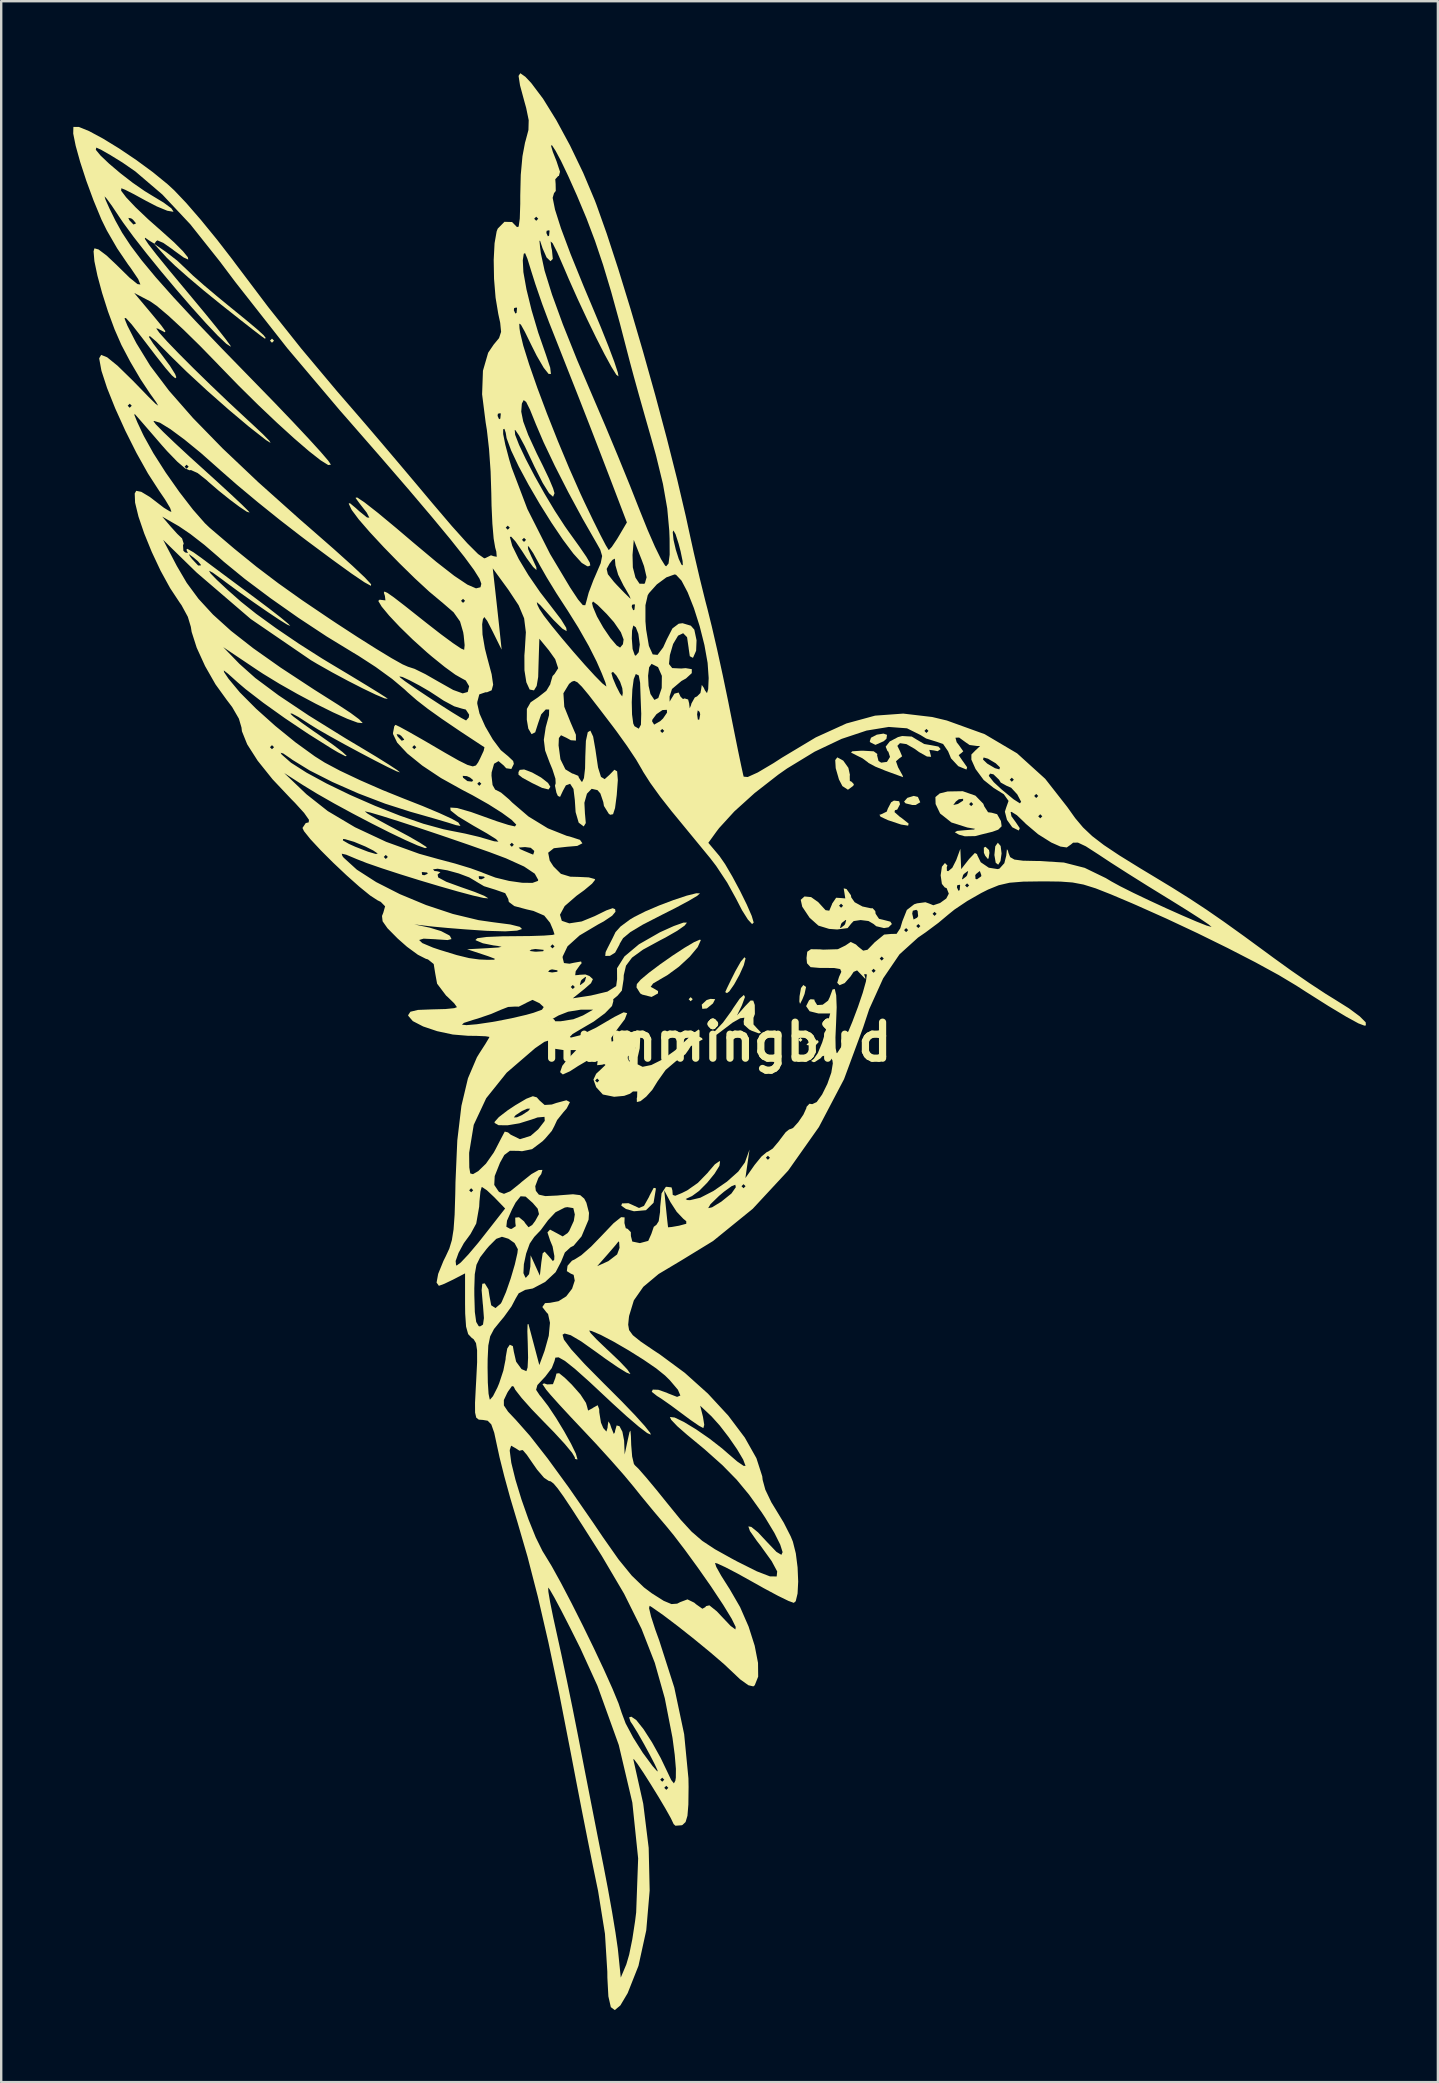
<source format=kicad_pcb>
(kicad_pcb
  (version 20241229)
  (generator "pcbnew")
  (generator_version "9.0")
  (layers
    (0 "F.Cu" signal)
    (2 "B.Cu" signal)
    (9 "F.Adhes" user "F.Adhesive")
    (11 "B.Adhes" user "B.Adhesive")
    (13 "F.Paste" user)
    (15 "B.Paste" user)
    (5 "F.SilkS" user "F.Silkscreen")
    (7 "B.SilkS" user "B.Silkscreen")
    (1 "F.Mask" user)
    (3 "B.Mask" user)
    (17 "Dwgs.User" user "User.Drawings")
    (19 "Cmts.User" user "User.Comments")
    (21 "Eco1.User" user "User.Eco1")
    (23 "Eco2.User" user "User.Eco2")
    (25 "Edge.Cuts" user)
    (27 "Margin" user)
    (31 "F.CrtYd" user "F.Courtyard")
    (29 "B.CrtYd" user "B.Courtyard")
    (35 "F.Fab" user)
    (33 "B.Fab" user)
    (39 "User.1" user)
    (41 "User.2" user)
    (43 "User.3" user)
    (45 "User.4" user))
  (footprint "hummingbird"
    (layer "F.Cu")
    (at 26.822 40.352)
    (property "Reference" "hummingbird" (at 0 0 0) (layer "F.SilkS") (effects (font (size 1.5 1.5) (thickness 0.3))))
    (attr board_only exclude_from_pos_files exclude_from_bom)
    (fp_poly (pts (xy -18.457 -29.21) (xy -18.542 -29.125) (xy -18.627 -29.21) (xy -18.542 -29.295)) (stroke (width 0) (type solid)) (fill yes) (layer "F.SilkS"))
    (fp_poly (pts (xy -1.016 -1.778) (xy -1.101 -1.693) (xy -1.185 -1.778) (xy -1.101 -1.863)) (stroke (width 0) (type solid)) (fill yes) (layer "F.SilkS"))
    (fp_poly (pts (xy 3.556 -0.085) (xy 3.471 0) (xy 3.387 -0.085) (xy 3.471 -0.169)) (stroke (width 0) (type solid)) (fill yes) (layer "F.SilkS"))
    (fp_poly (pts (xy -0.081 -1.781) (xy -0.17 -1.608) (xy -0.181 -1.595) (xy -0.428 -1.394) (xy -0.616 -1.376) (xy -0.64 -1.552) (xy -0.436 -1.743) (xy -0.278 -1.792)) (stroke (width 0) (type solid)) (fill yes) (layer "F.SilkS"))
    (fp_poly (pts (xy 3.705 -2.286) (xy 3.643 -1.996) (xy 3.555 -1.778) (xy 3.455 -1.583) (xy 3.426 -1.684) (xy 3.435 -1.905) (xy 3.495 -2.243) (xy 3.593 -2.371)) (stroke (width 0) (type solid)) (fill yes) (layer "F.SilkS"))
    (fp_poly (pts (xy 4.233 0.005) (xy 4.096 0.151) (xy 3.979 0.169) (xy 3.753 0.133) (xy 3.725 0.103) (xy 3.858 -0.006) (xy 3.979 -0.061) (xy 4.197 -0.065)) (stroke (width 0) (type solid)) (fill yes) (layer "F.SilkS"))
    (fp_poly (pts (xy 8.365 -10.205) (xy 8.463 -9.982) (xy 8.268 -9.869) (xy 8.128 -9.868) (xy 7.852 -9.937) (xy 7.789 -10.009) (xy 7.924 -10.166) (xy 8.191 -10.247)) (stroke (width 0) (type solid)) (fill yes) (layer "F.SilkS"))
    (fp_poly (pts (xy 11.327 -7.991) (xy 11.345 -7.874) (xy 11.309 -7.648) (xy 11.279 -7.62) (xy 11.17 -7.752) (xy 11.115 -7.874) (xy 11.111 -8.092) (xy 11.181 -8.128)) (stroke (width 0) (type solid)) (fill yes) (layer "F.SilkS"))
    (fp_poly (pts (xy 7.078 -12.791) (xy 7.054 -12.626) (xy 6.938 -12.524) (xy 6.596 -12.373) (xy 6.387 -12.476) (xy 6.358 -12.518) (xy 6.411 -12.671) (xy 6.652 -12.798) (xy 6.933 -12.843)) (stroke (width 0) (type solid)) (fill yes) (layer "F.SilkS"))
    (fp_poly (pts (xy 11.812 -8.159) (xy 11.85 -7.851) (xy 11.806 -7.534) (xy 11.71 -7.382) (xy 11.606 -7.462) (xy 11.552 -7.779) (xy 11.552 -7.795) (xy 11.588 -8.149) (xy 11.695 -8.297) (xy 11.695 -8.297)) (stroke (width 0) (type solid)) (fill yes) (layer "F.SilkS"))
    (fp_poly (pts (xy -7.704 -11.222) (xy -7.333 -11.014) (xy -7.043 -10.787) (xy -6.945 -10.626) (xy -7.021 -10.515) (xy -7.289 -10.58) (xy -7.705 -10.782) (xy -8.104 -10.999) (xy -8.272 -11.128) (xy -8.275 -11.238) (xy -8.222 -11.331) (xy -8.038 -11.349)) (stroke (width 0) (type solid)) (fill yes) (layer "F.SilkS"))
    (fp_poly (pts (xy 1.185 -3.478) (xy 1.112 -3.196) (xy 0.932 -2.795) (xy 0.709 -2.392) (xy 0.507 -2.103) (xy 0.41 -2.032) (xy 0.339 -2.074) (xy 0.41 -2.235) (xy 0.59 -2.606) (xy 0.763 -2.95) (xy 0.988 -3.346) (xy 1.141 -3.526)) (stroke (width 0) (type solid)) (fill yes) (layer "F.SilkS"))
    (fp_poly (pts (xy 5.256 -11.716) (xy 5.469 -11.416) (xy 5.534 -11.118) (xy 5.525 -11.087) (xy 5.529 -10.872) (xy 5.603 -10.837) (xy 5.699 -10.733) (xy 5.673 -10.668) (xy 5.451 -10.504) (xy 5.219 -10.656) (xy 5.076 -10.933) (xy 4.941 -11.402) (xy 4.921 -11.74) (xy 5.007 -11.853)) (stroke (width 0) (type solid)) (fill yes) (layer "F.SilkS"))
    (fp_poly (pts (xy -2.561 6.088) (xy -2.554 6.149) (xy -2.647 6.702) (xy -2.963 7.011) (xy -3.464 7.055) (xy -3.799 6.96) (xy -3.992 6.821) (xy -3.96 6.729) (xy -3.69 6.719) (xy -3.548 6.782) (xy -3.252 6.919) (xy -3.046 6.831) (xy -2.844 6.472) (xy -2.808 6.392) (xy -2.643 6.082)) (stroke (width 0) (type solid)) (fill yes) (layer "F.SilkS"))
    (fp_poly (pts (xy 7.584 -10.026) (xy 7.62 -9.901) (xy 7.504 -9.678) (xy 7.408 -9.651) (xy 7.391 -9.572) (xy 7.61 -9.379) (xy 7.705 -9.313) (xy 7.978 -9.095) (xy 7.958 -9.008) (xy 7.665 -9.054) (xy 7.12 -9.236) (xy 7.112 -9.239) (xy 6.809 -9.38) (xy 6.762 -9.464) (xy 6.816 -9.473) (xy 7.067 -9.592) (xy 7.112 -9.719) (xy 7.249 -9.98) (xy 7.366 -10.052)) (stroke (width 0) (type solid)) (fill yes) (layer "F.SilkS"))
    (fp_poly (pts (xy -0.677 -4.243) (xy -0.806 -3.949) (xy -1.137 -3.552) (xy -1.589 -3.134) (xy -2.08 -2.775) (xy -2.265 -2.669) (xy -2.665 -2.434) (xy -2.767 -2.294) (xy -2.665 -2.24) (xy -2.46 -2.118) (xy -2.463 -2.019) (xy -2.729 -1.873) (xy -3.121 -1.972) (xy -3.2 -2.018) (xy -3.358 -2.271) (xy -3.343 -2.408) (xy -3.182 -2.594) (xy -2.834 -2.885) (xy -2.369 -3.234) (xy -1.855 -3.594) (xy -1.362 -3.917) (xy -0.96 -4.155) (xy -0.717 -4.26)) (stroke (width 0) (type solid)) (fill yes) (layer "F.SilkS"))
    (fp_poly (pts (xy -22.945 -32.898) (xy -22.492 -32.547) (xy -22.11 -32.187) (xy -22.105 -32.182) (xy -21.84 -31.928) (xy -21.38 -31.523) (xy -20.794 -31.029) (xy -20.285 -30.612) (xy -19.596 -30.051) (xy -19.141 -29.668) (xy -18.887 -29.435) (xy -18.802 -29.321) (xy -18.838 -29.295) (xy -18.979 -29.395) (xy -19.334 -29.667) (xy -19.854 -30.074) (xy -20.488 -30.576) (xy -20.659 -30.711) (xy -21.372 -31.29) (xy -22.034 -31.849) (xy -22.574 -32.327) (xy -22.923 -32.663) (xy -22.945 -32.686) (xy -23.453 -33.247)) (stroke (width 0) (type solid)) (fill yes) (layer "F.SilkS"))
    (fp_poly (pts (xy -0.713 -6.188) (xy -0.824 -6.088) (xy -1.182 -5.875) (xy -1.729 -5.582) (xy -2.303 -5.292) (xy -3.09 -4.888) (xy -3.611 -4.576) (xy -3.917 -4.322) (xy -4.056 -4.091) (xy -4.066 -4.056) (xy -4.249 -3.718) (xy -4.463 -3.585) (xy -4.66 -3.581) (xy -4.643 -3.744) (xy -4.556 -3.923) (xy -4.351 -4.326) (xy -4.233 -4.572) (xy -4.021 -4.808) (xy -3.628 -5.099) (xy -3.455 -5.203) (xy -2.99 -5.437) (xy -2.412 -5.684) (xy -1.808 -5.912) (xy -1.265 -6.092) (xy -0.869 -6.191)) (stroke (width 0) (type solid)) (fill yes) (layer "F.SilkS"))
    (fp_poly (pts (xy 1.161 -1.871) (xy 1.037 -1.532) (xy 1.02 -1.496) (xy 0.828 -1.101) (xy 1.157 -1.477) (xy 1.394 -1.724) (xy 1.506 -1.72) (xy 1.569 -1.538) (xy 1.574 -1.161) (xy 1.515 -1.002) (xy 1.517 -0.726) (xy 1.663 -0.565) (xy 1.833 -0.39) (xy 1.743 -0.353) (xy 1.446 -0.462) (xy 1.339 -0.516) (xy 1.117 -0.716) (xy 1.106 -0.855) (xy 1.136 -1.009) (xy 0.96 -0.983) (xy 0.643 -0.802) (xy 0.37 -0.593) (xy 0.011 -0.321) (xy -0.245 -0.179) (xy -0.278 -0.173) (xy -0.275 -0.265) (xy -0.069 -0.469) (xy 0.244 -0.803) (xy 0.585 -1.271) (xy 0.67 -1.406) (xy 0.939 -1.797) (xy 1.115 -1.956)) (stroke (width 0) (type solid)) (fill yes) (layer "F.SilkS"))
    (fp_poly (pts (xy 10.759 -10.259) (xy 11.088 -9.921) (xy 11.131 -9.808) (xy 11.288 -9.566) (xy 11.438 -9.547) (xy 11.664 -9.485) (xy 11.824 -9.2) (xy 11.853 -8.981) (xy 11.711 -8.841) (xy 11.472 -8.754) (xy 11.001 -8.638) (xy 10.753 -8.573) (xy 10.317 -8.565) (xy 10.075 -8.632) (xy 9.901 -8.733) (xy 10.002 -8.789) (xy 10.329 -8.819) (xy 10.699 -8.847) (xy 10.748 -8.874) (xy 10.49 -8.92) (xy 10.429 -8.929) (xy 9.762 -9.14) (xy 9.29 -9.514) (xy 9.121 -9.869) (xy 9.839 -9.869) (xy 10.008 -9.905) (xy 10.011 -9.906) (xy 10.499 -9.906) (xy 10.583 -9.821) (xy 10.668 -9.906) (xy 10.583 -9.991) (xy 10.499 -9.906) (xy 10.011 -9.906) (xy 10.04 -9.917) (xy 10.248 -10.051) (xy 10.249 -10.127) (xy 10.07 -10.108) (xy 9.946 -10.012) (xy 9.839 -9.869) (xy 9.121 -9.869) (xy 9.102 -9.91) (xy 9.094 -10.199) (xy 9.274 -10.351) (xy 9.604 -10.432) (xy 10.232 -10.443)) (stroke (width 0) (type solid)) (fill yes) (layer "F.SilkS"))
    (fp_poly (pts (xy 8.109 -12.719) (xy 8.317 -12.592) (xy 8.628 -12.409) (xy 8.911 -12.361) (xy 9.219 -12.303) (xy 9.313 -12.197) (xy 9.187 -12.109) (xy 9.032 -12.141) (xy 8.84 -12.165) (xy 8.872 -12.051) (xy 8.915 -11.876) (xy 8.742 -11.888) (xy 8.413 -12.073) (xy 8.237 -12.203) (xy 7.886 -12.405) (xy 7.617 -12.444) (xy 7.509 -12.332) (xy 7.619 -12.109) (xy 7.707 -11.896) (xy 7.585 -11.807) (xy 7.452 -11.689) (xy 7.539 -11.438) (xy 7.579 -11.367) (xy 7.724 -11.104) (xy 7.748 -11.026) (xy 7.577 -11.09) (xy 7.201 -11.227) (xy 7.033 -11.288) (xy 6.594 -11.466) (xy 6.31 -11.619) (xy 6.271 -11.654) (xy 6.059 -11.811) (xy 5.79 -11.945) (xy 5.579 -12.052) (xy 5.63 -12.105) (xy 5.977 -12.128) (xy 6.072 -12.13) (xy 6.524 -12.105) (xy 6.675 -11.993) (xy 6.665 -11.938) (xy 6.723 -11.705) (xy 6.834 -11.632) (xy 7.076 -11.665) (xy 7.203 -11.87) (xy 7.133 -12.09) (xy 7.096 -12.117) (xy 7.022 -12.298) (xy 7.193 -12.516) (xy 7.536 -12.697) (xy 7.709 -12.742)) (stroke (width 0) (type solid)) (fill yes) (layer "F.SilkS"))
    (fp_poly (pts (xy 5.39 -6.368) (xy 5.575 -6.109) (xy 5.588 -6.021) (xy 5.73 -5.818) (xy 6.055 -5.641) (xy 6.411 -5.565) (xy 6.477 -5.57) (xy 6.589 -5.45) (xy 6.604 -5.334) (xy 6.745 -5.127) (xy 6.943 -5.08) (xy 7.218 -5.009) (xy 7.281 -4.911) (xy 7.14 -4.772) (xy 6.953 -4.741) (xy 6.628 -4.819) (xy 6.519 -4.911) (xy 6.307 -5.035) (xy 5.978 -5.076) (xy 5.688 -5.033) (xy 5.588 -4.929) (xy 5.436 -4.74) (xy 5.001 -4.683) (xy 4.665 -4.708) (xy 4.521 -4.752) (xy 5.122 -4.752) (xy 5.145 -4.741) (xy 5.299 -4.861) (xy 5.334 -4.911) (xy 5.377 -5.069) (xy 5.354 -5.08) (xy 5.199 -4.961) (xy 5.165 -4.911) (xy 5.122 -4.752) (xy 4.521 -4.752) (xy 4.22 -4.844) (xy 3.852 -5.173) (xy 3.546 -5.633) (xy 3.484 -5.918) (xy 3.64 -6.058) (xy 3.916 -6.032) (xy 4.217 -5.818) (xy 4.245 -5.786) (xy 4.518 -5.487) (xy 4.673 -5.466) (xy 4.76 -5.673) (xy 5.08 -5.673) (xy 5.165 -5.588) (xy 5.249 -5.673) (xy 5.165 -5.757) (xy 5.08 -5.673) (xy 4.76 -5.673) (xy 4.781 -5.721) (xy 4.791 -5.758) (xy 4.959 -6.005) (xy 5.151 -5.993) (xy 5.34 -5.977) (xy 5.307 -6.19) (xy 5.274 -6.396)) (stroke (width 0) (type solid)) (fill yes) (layer "F.SilkS"))
    (fp_poly (pts (xy -7.987 -40.203) (xy -7.74 -39.94) (xy -7.249 -39.288) (xy -6.696 -38.394) (xy -6.125 -37.339) (xy -5.578 -36.202) (xy -5.098 -35.063) (xy -5.029 -34.883) (xy -4.599 -33.673) (xy -4.119 -32.203) (xy -3.609 -30.544) (xy -3.088 -28.767) (xy -2.576 -26.942) (xy -2.095 -25.141) (xy -1.664 -23.435) (xy -1.303 -21.894) (xy -1.182 -21.336) (xy -0.971 -20.377) (xy -0.727 -19.33) (xy -0.49 -18.37) (xy -0.402 -18.034) (xy -0.22 -17.302) (xy 0.001 -16.346) (xy 0.235 -15.275) (xy 0.459 -14.199) (xy 0.521 -13.885) (xy 0.703 -12.973) (xy 0.865 -12.171) (xy 0.996 -11.541) (xy 1.082 -11.146) (xy 1.107 -11.049) (xy 1.275 -11.034) (xy 1.693 -11.223) (xy 2.346 -11.61) (xy 2.704 -11.841) (xy 4.113 -12.686) (xy 5.387 -13.265) (xy 6.582 -13.591) (xy 7.754 -13.676) (xy 8.961 -13.534) (xy 9.571 -13.388) (xy 11.146 -12.819) (xy 12.496 -12.021) (xy 13.668 -10.959) (xy 14.586 -9.787) (xy 14.917 -9.322) (xy 15.245 -8.932) (xy 15.625 -8.573) (xy 16.111 -8.2) (xy 16.757 -7.769) (xy 17.619 -7.236) (xy 18.104 -6.944) (xy 18.949 -6.432) (xy 19.683 -5.971) (xy 20.379 -5.513) (xy 21.11 -5.007) (xy 21.952 -4.403) (xy 22.978 -3.651) (xy 23.159 -3.517) (xy 23.908 -2.977) (xy 24.676 -2.447) (xy 25.357 -1.999) (xy 25.714 -1.779) (xy 26.322 -1.397) (xy 26.77 -1.064) (xy 27.018 -0.816) (xy 27.026 -0.687) (xy 26.965 -0.677) (xy 26.714 -0.772) (xy 26.208 -1.049) (xy 25.467 -1.494) (xy 24.516 -2.095) (xy 24.13 -2.344) (xy 23.398 -2.783) (xy 22.421 -3.317) (xy 21.269 -3.91) (xy 20.012 -4.528) (xy 18.717 -5.136) (xy 17.454 -5.7) (xy 17.272 -5.779) (xy 16.41 -6.144) (xy 15.77 -6.396) (xy 15.264 -6.554) (xy 14.805 -6.641) (xy 14.305 -6.678) (xy 13.676 -6.687) (xy 13.547 -6.687) (xy 12.75 -6.676) (xy 12.182 -6.63) (xy 11.732 -6.526) (xy 11.289 -6.346) (xy 11.007 -6.204) (xy 10.419 -5.868) (xy 9.888 -5.512) (xy 9.627 -5.301) (xy 9.222 -4.962) (xy 8.684 -4.561) (xy 8.37 -4.345) (xy 7.599 -3.648) (xy 6.917 -2.646) (xy 6.337 -1.365) (xy 6.081 -0.593) (xy 5.288 1.552) (xy 4.24 3.548) (xy 2.962 5.36) (xy 1.483 6.954) (xy -0.17 8.296) (xy -1.509 9.115) (xy -2.435 9.668) (xy -3.074 10.203) (xy -3.469 10.769) (xy -3.665 11.413) (xy -3.675 11.484) (xy -3.704 11.78) (xy -3.666 12.005) (xy -3.51 12.219) (xy -3.187 12.479) (xy -2.649 12.845) (xy -2.386 13.018) (xy -1.346 13.786) (xy -0.381 14.653) (xy 0.466 15.569) (xy 1.153 16.482) (xy 1.638 17.342) (xy 1.881 18.097) (xy 1.897 18.243) (xy 2.009 18.654) (xy 2.26 19.179) (xy 2.435 19.465) (xy 2.778 20.031) (xy 3.067 20.6) (xy 3.157 20.82) (xy 3.279 21.306) (xy 3.353 21.89) (xy 3.378 22.479) (xy 3.352 22.98) (xy 3.275 23.3) (xy 3.195 23.368) (xy 2.975 23.288) (xy 2.535 23.073) (xy 1.946 22.758) (xy 1.492 22.503) (xy 0.858 22.15) (xy 0.341 21.881) (xy 0.005 21.727) (xy -0.088 21.706) (xy -0.035 21.869) (xy 0.169 22.235) (xy 0.48 22.727) (xy 0.517 22.783) (xy 0.957 23.543) (xy 1.312 24.355) (xy 1.566 25.153) (xy 1.705 25.87) (xy 1.711 26.441) (xy 1.568 26.801) (xy 1.509 26.848) (xy 1.302 26.799) (xy 0.958 26.552) (xy 0.667 26.276) (xy 0.284 25.916) (xy -0.282 25.43) (xy -0.947 24.884) (xy -1.629 24.344) (xy -2.246 23.877) (xy -2.715 23.549) (xy -2.811 23.489) (xy -2.834 23.588) (xy -2.75 23.94) (xy -2.574 24.485) (xy -2.409 24.94) (xy -1.783 26.896) (xy -1.372 28.84) (xy -1.194 30.678) (xy -1.188 31.036) (xy -1.197 31.772) (xy -1.235 32.237) (xy -1.313 32.498) (xy -1.444 32.621) (xy -1.472 32.632) (xy -1.735 32.652) (xy -1.81 32.584) (xy -1.926 32.34) (xy -2.151 31.938) (xy -2.444 31.444) (xy -2.673 31.073) (xy -2.201 31.073) (xy -2.117 31.157) (xy -2.032 31.073) (xy -2.117 30.988) (xy -2.201 31.073) (xy -2.673 31.073) (xy -2.764 30.925) (xy -2.885 30.734) (xy -2.371 30.734) (xy -2.286 30.819) (xy -2.201 30.734) (xy -2.286 30.649) (xy -2.371 30.734) (xy -2.885 30.734) (xy -3.068 30.446) (xy -3.317 30.075) (xy -3.467 29.878) (xy -3.49 29.887) (xy -3.077 31.735) (xy -2.85 33.575) (xy -2.809 35.352) (xy -2.951 37.009) (xy -3.275 38.487) (xy -3.725 39.624) (xy -4.029 40.136) (xy -4.262 40.332) (xy -4.427 40.208) (xy -4.529 39.76) (xy -4.571 38.982) (xy -4.573 38.735) (xy -4.671 37.155) (xy -4.958 35.367) (xy -5.006 35.137) (xy -5.177 34.308) (xy -5.391 33.243) (xy -5.63 32.035) (xy -5.873 30.78) (xy -6.092 29.633) (xy -6.571 27.177) (xy -7.026 25.019) (xy -7.465 23.121) (xy -7.566 22.73) (xy -7.038 22.73) (xy -7.028 22.91) (xy -6.953 23.351) (xy -6.825 23.984) (xy -6.679 24.647) (xy -6.488 25.515) (xy -6.26 26.592) (xy -6.021 27.755) (xy -5.798 28.879) (xy -5.75 29.125) (xy -5.52 30.316) (xy -5.256 31.664) (xy -4.992 33.011) (xy -4.757 34.197) (xy -4.738 34.29) (xy -4.548 35.279) (xy -4.374 36.248) (xy -4.233 37.103) (xy -4.139 37.751) (xy -4.122 37.904) (xy -4.013 38.978) (xy -3.782 38.43) (xy -3.662 38.019) (xy -3.532 37.38) (xy -3.416 36.622) (xy -3.371 36.26) (xy -3.289 34.015) (xy -3.531 31.688) (xy -4.096 29.289) (xy -4.983 26.825) (xy -5.696 25.261) (xy -6.118 24.416) (xy -6.488 23.693) (xy -6.782 23.141) (xy -6.975 22.807) (xy -7.038 22.73) (xy -7.566 22.73) (xy -7.897 21.446) (xy -8.331 19.955) (xy -8.349 19.897) (xy -8.614 19.009) (xy -8.863 18.102) (xy -9.063 17.304) (xy -9.12 17.04) (xy -8.637 17.04) (xy -8.573 17.534) (xy -8.4 18.238) (xy -8.151 19.055) (xy -7.858 19.888) (xy -7.555 20.64) (xy -7.273 21.212) (xy -7.194 21.339) (xy -6.894 21.832) (xy -6.507 22.532) (xy -6.065 23.377) (xy -5.599 24.303) (xy -5.139 25.247) (xy -4.716 26.146) (xy -4.361 26.937) (xy -4.105 27.556) (xy -3.978 27.94) (xy -3.978 27.94) (xy -3.811 28.387) (xy -3.495 28.981) (xy -3.097 29.612) (xy -2.687 30.167) (xy -2.485 30.395) (xy -2.481 30.346) (xy -2.603 30.082) (xy -2.811 29.68) (xy -3.061 29.221) (xy -3.312 28.781) (xy -3.522 28.439) (xy -3.604 28.321) (xy -3.666 28.137) (xy -3.573 28.109) (xy -3.366 28.251) (xy -3.063 28.632) (xy -2.71 29.181) (xy -2.35 29.83) (xy -2.112 30.325) (xy -1.911 30.748) (xy -1.8 30.888) (xy -1.74 30.778) (xy -1.719 30.65) (xy -1.716 30.281) (xy -1.765 29.698) (xy -1.854 29.023) (xy -1.864 28.959) (xy -2.179 27.342) (xy -2.595 25.868) (xy -3.149 24.447) (xy -3.874 22.989) (xy -4.808 21.404) (xy -4.958 21.167) (xy -5.584 20.183) (xy -6.057 19.45) (xy -6.402 18.932) (xy -6.646 18.593) (xy -6.813 18.397) (xy -6.93 18.307) (xy -7.013 18.288) (xy -7.209 18.157) (xy -7.496 17.822) (xy -7.667 17.577) (xy -7.926 17.201) (xy -8.094 17.005) (xy -8.128 17.005) (xy -8.232 17.031) (xy -8.382 16.933) (xy -8.581 16.82) (xy -8.636 16.996) (xy -8.637 17.04) (xy -9.12 17.04) (xy -9.153 16.891) (xy -9.284 16.281) (xy -9.406 15.935) (xy -9.556 15.781) (xy -9.754 15.748) (xy -9.928 15.735) (xy -10.033 15.653) (xy -10.082 15.44) (xy -10.084 15.033) (xy -10.078 14.919) (xy -8.883 14.919) (xy -8.882 15.144) (xy -8.707 15.404) (xy -8.381 15.749) (xy -7.797 16.41) (xy -7.059 17.354) (xy -6.176 18.566) (xy -5.161 20.033) (xy -4.753 20.636) (xy -4.106 21.557) (xy -3.555 22.233) (xy -3.048 22.723) (xy -2.722 22.968) (xy -2.223 23.284) (xy -1.9 23.419) (xy -1.663 23.401) (xy -1.536 23.336) (xy -1.234 23.223) (xy -0.952 23.36) (xy -0.874 23.428) (xy -0.612 23.613) (xy -0.481 23.54) (xy -0.467 23.505) (xy -0.321 23.472) (xy -0.013 23.719) (xy 0.173 23.917) (xy 0.563 24.328) (xy 0.763 24.475) (xy 0.775 24.371) (xy 0.605 24.026) (xy 0.256 23.454) (xy -0.266 22.666) (xy -0.267 22.665) (xy -0.798 21.907) (xy -1.336 21.168) (xy -1.815 20.541) (xy -2.12 20.169) (xy -2.627 19.571) (xy -3.18 18.9) (xy -3.466 18.542) (xy -3.865 18.062) (xy -4.419 17.432) (xy -5.044 16.744) (xy -5.502 16.256) (xy -6.069 15.655) (xy -6.568 15.116) (xy -6.94 14.701) (xy -7.119 14.489) (xy -7.275 14.256) (xy -7.204 14.225) (xy -7.08 14.268) (xy -6.838 14.258) (xy -6.742 14.007) (xy -6.692 13.815) (xy -6.579 13.802) (xy -6.343 13.993) (xy -6.054 14.276) (xy -5.693 14.685) (xy -5.463 15.038) (xy -5.419 15.182) (xy -5.374 15.357) (xy -5.188 15.259) (xy -5.165 15.24) (xy -4.975 15.134) (xy -4.912 15.302) (xy -4.908 15.431) (xy -4.838 15.86) (xy -4.741 16.087) (xy -4.611 16.231) (xy -4.562 16.067) (xy -4.558 16.002) (xy -4.528 15.808) (xy -4.46 15.917) (xy -4.403 16.087) (xy -4.302 16.333) (xy -4.254 16.254) (xy -4.25 16.204) (xy -4.185 15.977) (xy -4.066 16.009) (xy -3.945 16.24) (xy -3.874 16.608) (xy -3.872 16.647) (xy -3.85 17.187) (xy -3.725 16.595) (xy -3.649 16.254) (xy -3.61 16.192) (xy -3.59 16.43) (xy -3.578 16.792) (xy -3.539 17.271) (xy -3.465 17.582) (xy -3.422 17.639) (xy -3.269 17.787) (xy -2.955 18.146) (xy -2.526 18.661) (xy -2.075 19.22) (xy -1.515 19.908) (xy -1.062 20.402) (xy -0.62 20.784) (xy -0.093 21.132) (xy 0.613 21.525) (xy 0.839 21.646) (xy 1.657 22.055) (xy 2.202 22.265) (xy 2.482 22.268) (xy 2.503 22.058) (xy 2.272 21.628) (xy 1.797 20.969) (xy 1.655 20.786) (xy 1.368 20.375) (xy 1.302 20.183) (xy 1.425 20.204) (xy 1.705 20.432) (xy 2.103 20.858) (xy 2.472 21.244) (xy 2.678 21.367) (xy 2.729 21.255) (xy 2.629 20.94) (xy 2.386 20.453) (xy 2.005 19.822) (xy 1.843 19.577) (xy 1.333 18.863) (xy 0.817 18.24) (xy 0.221 17.632) (xy -0.526 16.966) (xy -1.251 16.366) (xy -1.657 16.011) (xy -1.914 15.741) (xy -1.966 15.625) (xy -1.769 15.647) (xy -1.38 15.834) (xy -0.872 16.142) (xy -0.318 16.525) (xy 0.211 16.937) (xy 0.455 17.15) (xy 0.84 17.48) (xy 1.105 17.661) (xy 1.185 17.661) (xy 1.086 17.399) (xy 0.832 16.97) (xy 0.485 16.467) (xy 0.11 15.98) (xy -0.231 15.601) (xy -0.258 15.575) (xy -0.705 15.155) (xy -0.588 15.621) (xy -0.535 15.954) (xy -0.573 16.087) (xy -0.752 15.992) (xy -1.11 15.747) (xy -1.445 15.498) (xy -1.923 15.143) (xy -2.329 14.859) (xy -2.504 14.749) (xy -2.722 14.576) (xy -2.68 14.484) (xy -2.446 14.492) (xy -2.094 14.616) (xy -2.048 14.639) (xy -1.667 14.788) (xy -1.53 14.731) (xy -1.632 14.491) (xy -1.97 14.093) (xy -2.168 13.898) (xy -2.536 13.601) (xy -3.069 13.236) (xy -3.686 12.849) (xy -4.306 12.489) (xy -4.848 12.204) (xy -5.23 12.042) (xy -5.33 12.023) (xy -5.271 12.126) (xy -5.012 12.401) (xy -4.604 12.792) (xy -4.495 12.892) (xy -4.053 13.313) (xy -3.741 13.644) (xy -3.617 13.823) (xy -3.619 13.836) (xy -3.778 13.774) (xy -4.144 13.548) (xy -4.654 13.197) (xy -4.999 12.946) (xy -5.658 12.478) (xy -6.098 12.218) (xy -6.352 12.147) (xy -6.438 12.197) (xy -6.381 12.402) (xy -6.077 12.808) (xy -5.521 13.418) (xy -4.709 14.239) (xy -4.612 14.335) (xy -3.961 14.986) (xy -3.414 15.556) (xy -3.011 16.003) (xy -2.788 16.286) (xy -2.76 16.363) (xy -2.915 16.293) (xy -3.264 16.026) (xy -3.76 15.602) (xy -4.354 15.061) (xy -4.511 14.914) (xy -5.321 14.157) (xy -5.921 13.622) (xy -6.339 13.289) (xy -6.602 13.14) (xy -6.738 13.153) (xy -6.773 13.294) (xy -6.886 13.586) (xy -7.162 13.949) (xy -7.208 13.997) (xy -7.486 14.296) (xy -7.54 14.493) (xy -7.391 14.719) (xy -7.326 14.794) (xy -7.04 15.167) (xy -6.707 15.668) (xy -6.373 16.219) (xy -6.083 16.741) (xy -5.883 17.154) (xy -5.818 17.38) (xy -5.825 17.396) (xy -5.92 17.37) (xy -5.927 17.308) (xy -6.04 17.117) (xy -6.346 16.748) (xy -6.795 16.26) (xy -7.197 15.849) (xy -7.721 15.306) (xy -8.141 14.834) (xy -8.407 14.493) (xy -8.473 14.359) (xy -8.544 14.336) (xy -8.708 14.562) (xy -8.743 14.624) (xy -8.883 14.919) (xy -10.078 14.919) (xy -10.05 14.368) (xy -10.036 14.118) (xy -9.997 13.348) (xy -9.998 12.847) (xy -10.043 12.549) (xy -10.141 12.387) (xy -10.219 12.332) (xy -10.37 12.173) (xy -10.457 11.86) (xy -10.494 11.32) (xy -10.499 10.909) (xy -10.499 10.264) (xy -10.114 10.264) (xy -10.113 10.549) (xy -10.092 11.251) (xy -10.035 11.665) (xy -9.932 11.84) (xy -9.877 11.853) (xy -9.752 11.777) (xy -9.713 11.504) (xy -9.753 10.971) (xy -9.762 10.896) (xy -9.809 10.341) (xy -9.781 10.076) (xy -9.678 10.059) (xy -9.525 10.307) (xy -9.483 10.583) (xy -9.41 10.972) (xy -9.233 11.088) (xy -9.012 10.901) (xy -8.972 10.833) (xy -8.793 10.419) (xy -8.598 9.855) (xy -8.532 9.632) (xy -8.068 9.632) (xy -7.987 9.816) (xy -7.961 9.821) (xy -7.833 9.675) (xy -7.779 9.356) (xy -7.768 8.89) (xy -7.576 9.313) (xy -7.383 9.737) (xy -7.32 9.17) (xy -7.266 8.807) (xy -7.183 8.737) (xy -7.021 8.916) (xy -6.841 9.131) (xy -6.785 9.072) (xy -6.779 8.921) (xy -6.853 8.521) (xy -6.956 8.272) (xy -7.067 7.934) (xy -6.959 7.819) (xy -6.674 7.97) (xy -6.432 8.103) (xy -6.23 7.966) (xy -6.162 7.878) (xy -5.97 7.459) (xy -5.927 7.188) (xy -5.989 6.924) (xy -6.238 6.883) (xy -6.343 6.9) (xy -6.732 7.097) (xy -7.041 7.427) (xy -7.346 7.84) (xy -7.62 8.128) (xy -7.804 8.4) (xy -7.954 8.815) (xy -8.049 9.261) (xy -8.068 9.632) (xy -8.532 9.632) (xy -8.426 9.27) (xy -8.318 8.798) (xy -8.3 8.636) (xy -8.438 8.379) (xy -8.695 8.199) (xy -8.964 8.118) (xy -9.198 8.204) (xy -9.499 8.505) (xy -9.606 8.63) (xy -9.87 8.972) (xy -10.024 9.286) (xy -10.095 9.68) (xy -10.114 10.264) (xy -10.499 10.264) (xy -10.499 9.643) (xy -10.998 9.902) (xy -11.365 10.078) (xy -11.584 10.159) (xy -11.591 10.16) (xy -11.686 10.026) (xy -11.619 9.663) (xy -11.404 9.134) (xy -11.402 9.128) (xy -10.892 9.128) (xy -10.873 9.305) (xy -10.843 9.313) (xy -10.676 9.188) (xy -10.361 8.854) (xy -9.953 8.371) (xy -9.759 8.126) (xy -9.424 7.699) (xy -8.78 7.699) (xy -8.625 7.786) (xy -8.557 7.789) (xy -8.386 7.677) (xy -8.405 7.535) (xy -8.409 7.321) (xy -8.251 7.304) (xy -8.042 7.477) (xy -7.991 7.556) (xy -7.855 7.721) (xy -7.703 7.628) (xy -7.577 7.459) (xy -7.419 7.174) (xy -7.474 6.947) (xy -7.68 6.708) (xy -7.976 6.444) (xy -8.186 6.431) (xy -8.394 6.693) (xy -8.541 6.972) (xy -8.752 7.448) (xy -8.78 7.699) (xy -9.424 7.699) (xy -8.83 6.94) (xy -9.283 6.47) (xy -9.589 6.182) (xy -9.786 6.049) (xy -9.809 6.05) (xy -9.858 6.233) (xy -9.899 6.638) (xy -9.911 6.865) (xy -10.034 7.567) (xy -10.273 8.006) (xy -10.55 8.384) (xy -10.771 8.79) (xy -10.892 9.128) (xy -11.402 9.128) (xy -11.31 8.944) (xy -11.156 8.613) (xy -11.049 8.259) (xy -10.978 7.813) (xy -10.934 7.203) (xy -10.908 6.36) (xy -10.904 6.181) (xy -10.329 6.181) (xy -10.245 6.265) (xy -10.16 6.181) (xy -10.245 6.096) (xy -10.329 6.181) (xy -10.904 6.181) (xy -10.898 5.843) (xy -10.849 4.707) (xy -10.329 4.707) (xy -10.323 5.232) (xy -10.282 5.479) (xy -10.17 5.51) (xy -9.954 5.385) (xy -9.948 5.381) (xy -9.629 5.073) (xy -9.305 4.611) (xy -9.229 4.472) (xy -9.013 4.053) (xy -8.869 3.78) (xy -8.845 3.737) (xy -8.709 3.771) (xy -8.599 3.864) (xy -8.212 4.053) (xy -7.769 3.915) (xy -7.451 3.641) (xy -7.179 3.289) (xy -7.19 3.122) (xy -7.479 3.147) (xy -7.724 3.233) (xy -8.24 3.393) (xy -8.731 3.474) (xy -9.104 3.47) (xy -9.27 3.375) (xy -9.267 3.331) (xy -9.102 3.145) (xy -8.467 3.145) (xy -8.342 3.143) (xy -8.128 3.048) (xy -7.862 2.873) (xy -7.789 2.782) (xy -7.914 2.783) (xy -8.128 2.879) (xy -8.394 3.054) (xy -8.467 3.145) (xy -9.102 3.145) (xy -9.096 3.137) (xy -8.724 2.85) (xy -8.407 2.64) (xy -7.945 2.367) (xy -7.675 2.263) (xy -7.51 2.311) (xy -7.399 2.438) (xy -7.186 2.627) (xy -6.887 2.609) (xy -6.702 2.545) (xy -6.278 2.431) (xy -6.13 2.509) (xy -6.265 2.771) (xy -6.406 2.933) (xy -6.664 3.256) (xy -6.773 3.491) (xy -6.773 3.493) (xy -6.886 3.708) (xy -7.167 4.035) (xy -7.27 4.138) (xy -7.707 4.468) (xy -8.126 4.554) (xy -8.27 4.54) (xy -8.63 4.535) (xy -8.864 4.71) (xy -9.043 5.033) (xy -9.264 5.588) (xy -9.283 5.958) (xy -9.101 6.23) (xy -9.072 6.255) (xy -8.878 6.329) (xy -8.618 6.223) (xy -8.219 5.903) (xy -8.136 5.829) (xy -7.732 5.506) (xy -7.429 5.337) (xy -7.277 5.333) (xy -7.326 5.506) (xy -7.445 5.666) (xy -7.575 6.011) (xy -7.551 6.202) (xy -7.425 6.363) (xy -7.156 6.423) (xy -6.657 6.4) (xy -6.536 6.388) (xy -6.003 6.347) (xy -5.703 6.384) (xy -5.534 6.529) (xy -5.444 6.701) (xy -5.336 7.123) (xy -5.354 7.406) (xy -5.647 8.102) (xy -5.979 8.493) (xy -6.103 8.554) (xy -6.342 8.773) (xy -6.495 9.149) (xy -6.726 9.593) (xy -7.163 10) (xy -7.679 10.272) (xy -7.99 10.329) (xy -8.263 10.471) (xy -8.386 10.679) (xy -8.563 11.017) (xy -8.879 11.456) (xy -9.026 11.632) (xy -9.294 11.962) (xy -9.453 12.266) (xy -9.531 12.648) (xy -9.558 13.215) (xy -9.561 13.567) (xy -9.551 14.191) (xy -9.52 14.659) (xy -9.473 14.89) (xy -9.459 14.901) (xy -9.336 14.759) (xy -9.154 14.402) (xy -9.078 14.221) (xy -8.904 13.692) (xy -8.811 13.223) (xy -8.805 13.13) (xy -8.742 12.773) (xy -8.636 12.615) (xy -8.508 12.673) (xy -8.467 12.91) (xy -8.372 13.321) (xy -8.146 13.631) (xy -7.944 13.716) (xy -7.894 13.562) (xy -7.874 13.156) (xy -7.887 12.587) (xy -7.887 12.573) (xy -7.904 12.06) (xy -7.895 11.767) (xy -7.861 11.75) (xy -7.855 11.769) (xy -7.753 12.151) (xy -7.616 12.668) (xy -7.585 12.785) (xy -7.406 13.462) (xy -7.187 12.869) (xy -7.012 12.242) (xy -6.962 11.7) (xy -7.041 11.336) (xy -7.112 11.261) (xy -7.28 11.044) (xy -7.168 10.882) (xy -6.961 10.869) (xy -6.605 10.801) (xy -6.284 10.599) (xy -6.04 10.28) (xy -5.93 9.944) (xy -5.976 9.704) (xy -6.096 9.652) (xy -6.259 9.549) (xy -6.233 9.343) (xy -4.995 9.343) (xy -4.53 9.132) (xy -4.165 8.853) (xy -4.064 8.581) (xy -4.081 8.337) (xy -4.106 8.311) (xy -4.236 8.473) (xy -4.502 8.782) (xy -4.572 8.863) (xy -4.995 9.343) (xy -6.233 9.343) (xy -6.231 9.326) (xy -6.045 9.114) (xy -5.934 9.062) (xy -5.657 8.887) (xy -5.251 8.53) (xy -4.812 8.077) (xy -4.314 7.554) (xy -3.998 7.301) (xy -3.853 7.311) (xy -3.86 7.546) (xy -3.805 7.761) (xy -3.725 7.789) (xy -3.594 7.925) (xy -3.591 8.086) (xy -3.533 8.316) (xy -3.217 8.382) (xy -2.868 8.289) (xy -2.74 8.001) (xy -2.638 7.703) (xy -2.528 7.62) (xy -2.433 7.469) (xy -2.377 7.087) (xy -2.371 6.876) (xy -2.314 6.311) (xy -2.229 6.181) (xy -2.203 6.181) (xy -2.127 6.943) (xy -2.08 7.401) (xy -2.048 7.683) (xy -2.042 7.724) (xy -1.89 7.71) (xy -1.582 7.656) (xy -1.284 7.576) (xy -1.285 7.469) (xy -1.409 7.367) (xy -1.685 7.075) (xy -1.781 6.926) (xy -0.371 6.926) (xy -0.21 6.891) (xy 0.174 6.656) (xy 0.596 6.317) (xy 0.78 6.054) (xy 0.771 6.011) (xy 1.016 6.011) (xy 1.101 6.096) (xy 1.185 6.011) (xy 1.101 5.927) (xy 1.016 6.011) (xy 0.771 6.011) (xy 0.758 5.951) (xy 0.603 6.011) (xy 0.287 6.241) (xy 0.084 6.412) (xy -0.275 6.76) (xy -0.371 6.926) (xy -1.781 6.926) (xy -1.945 6.673) (xy -2.203 6.181) (xy -2.229 6.181) (xy -2.14 6.045) (xy -2.117 6.035) (xy -1.898 6.061) (xy -1.863 6.186) (xy -1.848 6.374) (xy -1.744 6.41) (xy -1.466 6.295) (xy -1.247 6.186) (xy -0.802 5.874) (xy -0.388 5.449) (xy -0.36 5.411) (xy -0.092 5.099) (xy 0.096 4.969) (xy 0.123 4.977) (xy 0.097 5.163) (xy -0.106 5.49) (xy -0.413 5.867) (xy -0.751 6.208) (xy -1.046 6.423) (xy -1.076 6.436) (xy -1.311 6.546) (xy -1.238 6.587) (xy -1.126 6.593) (xy -0.699 6.491) (xy -0.151 6.209) (xy 0.411 5.821) (xy 0.882 5.402) (xy 1.157 5.023) (xy 1.168 4.995) (xy 1.35 4.487) (xy 1.264 5.08) (xy 1.179 5.673) (xy 1.563 5.125) (xy 1.806 4.826) (xy 2.032 4.826) (xy 2.117 4.911) (xy 2.201 4.826) (xy 2.117 4.741) (xy 2.032 4.826) (xy 1.806 4.826) (xy 1.848 4.775) (xy 2.077 4.585) (xy 2.117 4.574) (xy 2.316 4.444) (xy 2.581 4.129) (xy 2.62 4.073) (xy 2.856 3.763) (xy 3.01 3.639) (xy 3.023 3.644) (xy 3.163 3.586) (xy 3.381 3.344) (xy 3.594 3.031) (xy 3.718 2.759) (xy 3.725 2.707) (xy 3.846 2.576) (xy 3.962 2.594) (xy 4.149 2.506) (xy 4.375 2.191) (xy 4.593 1.749) (xy 4.757 1.283) (xy 4.821 0.894) (xy 4.801 0.757) (xy 4.605 0.525) (xy 4.374 0.603) (xy 4.318 0.677) (xy 4.071 0.838) (xy 4.012 0.844) (xy 3.915 0.795) (xy 4.03 0.702) (xy 4.195 0.468) (xy 4.379 0.022) (xy 4.48 -0.311) (xy 4.711 -1.185) (xy 4.218 -1.185) (xy 3.854 -1.277) (xy 3.708 -1.489) (xy 3.829 -1.731) (xy 3.895 -1.778) (xy 4.051 -1.765) (xy 4.064 -1.703) (xy 4.17 -1.534) (xy 4.401 -1.55) (xy 4.623 -1.719) (xy 4.692 -1.863) (xy 4.81 -2.185) (xy 4.902 -2.202) (xy 4.962 -1.944) (xy 4.981 -1.444) (xy 4.957 -0.804) (xy 4.93 -0.185) (xy 4.938 0.261) (xy 4.979 0.465) (xy 5.002 0.465) (xy 5.168 0.213) (xy 5.388 -0.245) (xy 5.631 -0.829) (xy 5.868 -1.457) (xy 6.068 -2.047) (xy 6.2 -2.518) (xy 6.236 -2.79) (xy 6.22 -2.822) (xy 6.122 -2.816) (xy 6.167 -2.693) (xy 6.176 -2.619) (xy 6.036 -2.768) (xy 5.847 -2.963) (xy 6.435 -2.963) (xy 6.519 -2.879) (xy 6.604 -2.963) (xy 6.519 -3.048) (xy 6.435 -2.963) (xy 5.847 -2.963) (xy 5.832 -2.979) (xy 5.687 -2.917) (xy 5.559 -2.726) (xy 5.315 -2.449) (xy 5.101 -2.361) (xy 5.004 -2.463) (xy 5.08 -2.709) (xy 5.175 -2.921) (xy 5.128 -3.034) (xy 4.876 -3.078) (xy 4.356 -3.082) (xy 4.276 -3.081) (xy 3.894 -3.114) (xy 3.745 -3.276) (xy 3.727 -3.471) (xy 6.773 -3.471) (xy 6.858 -3.387) (xy 6.943 -3.471) (xy 6.858 -3.556) (xy 6.773 -3.471) (xy 3.727 -3.471) (xy 3.725 -3.493) (xy 3.755 -3.756) (xy 3.909 -3.861) (xy 4.279 -3.856) (xy 4.415 -3.843) (xy 5.03 -3.861) (xy 5.346 -4.016) (xy 5.566 -4.164) (xy 5.784 -4.058) (xy 5.875 -3.97) (xy 6.085 -3.801) (xy 6.265 -3.838) (xy 6.53 -4.111) (xy 6.554 -4.139) (xy 6.958 -4.471) (xy 7.252 -4.497) (xy 7.476 -4.501) (xy 7.579 -4.657) (xy 7.789 -4.657) (xy 7.874 -4.572) (xy 7.959 -4.657) (xy 7.874 -4.741) (xy 7.789 -4.657) (xy 7.579 -4.657) (xy 7.63 -4.734) (xy 7.658 -4.826) (xy 8.297 -4.826) (xy 8.382 -4.741) (xy 8.467 -4.826) (xy 8.382 -4.911) (xy 8.297 -4.826) (xy 7.658 -4.826) (xy 7.717 -5.025) (xy 7.844 -5.344) (xy 8.128 -5.344) (xy 8.184 -5.099) (xy 8.33 -5.173) (xy 8.375 -5.238) (xy 8.365 -5.334) (xy 8.975 -5.334) (xy 9.059 -5.249) (xy 9.144 -5.334) (xy 9.059 -5.419) (xy 8.975 -5.334) (xy 8.365 -5.334) (xy 8.354 -5.455) (xy 8.3 -5.502) (xy 8.153 -5.465) (xy 8.128 -5.344) (xy 7.844 -5.344) (xy 7.904 -5.496) (xy 8.21 -5.733) (xy 8.331 -5.772) (xy 8.678 -5.818) (xy 8.839 -5.761) (xy 9.007 -5.692) (xy 9.288 -5.786) (xy 9.548 -5.974) (xy 9.652 -6.175) (xy 9.562 -6.404) (xy 9.483 -6.435) (xy 9.991 -6.435) (xy 10.053 -6.295) (xy 10.104 -6.322) (xy 10.123 -6.519) (xy 10.329 -6.519) (xy 10.414 -6.435) (xy 10.499 -6.519) (xy 10.414 -6.604) (xy 10.329 -6.519) (xy 10.123 -6.519) (xy 10.124 -6.523) (xy 10.104 -6.548) (xy 10.003 -6.524) (xy 9.991 -6.435) (xy 9.483 -6.435) (xy 9.364 -6.582) (xy 9.335 -6.784) (xy 10.202 -6.784) (xy 10.225 -6.773) (xy 10.379 -6.893) (xy 10.414 -6.943) (xy 10.753 -6.943) (xy 10.766 -6.787) (xy 10.827 -6.773) (xy 11 -6.896) (xy 11.007 -6.943) (xy 10.949 -7.108) (xy 10.932 -7.112) (xy 10.787 -6.993) (xy 10.753 -6.943) (xy 10.414 -6.943) (xy 10.457 -7.101) (xy 10.434 -7.112) (xy 10.279 -6.993) (xy 10.245 -6.943) (xy 10.202 -6.784) (xy 9.335 -6.784) (xy 9.313 -6.936) (xy 9.313 -6.943) (xy 9.365 -7.299) (xy 9.49 -7.451) (xy 9.493 -7.451) (xy 9.594 -7.347) (xy 9.567 -7.281) (xy 9.573 -7.125) (xy 9.628 -7.112) (xy 9.798 -7.253) (xy 9.963 -7.578) (xy 10.133 -8.043) (xy 10.15 -7.62) (xy 10.168 -7.197) (xy 10.499 -7.62) (xy 10.738 -7.87) (xy 10.832 -7.819) (xy 10.834 -7.788) (xy 10.982 -7.484) (xy 11.318 -7.256) (xy 11.689 -7.198) (xy 11.762 -7.218) (xy 11.966 -7.445) (xy 12.046 -7.765) (xy 12.073 -8.027) (xy 12.117 -7.962) (xy 12.137 -7.874) (xy 12.208 -7.697) (xy 12.385 -7.595) (xy 12.743 -7.548) (xy 13.356 -7.535) (xy 13.426 -7.535) (xy 14.445 -7.472) (xy 15.313 -7.25) (xy 16.193 -6.823) (xy 16.425 -6.684) (xy 16.789 -6.485) (xy 17.333 -6.212) (xy 17.991 -5.898) (xy 18.694 -5.573) (xy 19.374 -5.269) (xy 19.962 -5.016) (xy 20.39 -4.846) (xy 20.59 -4.789) (xy 20.595 -4.791) (xy 20.478 -4.891) (xy 20.122 -5.133) (xy 19.58 -5.48) (xy 18.903 -5.901) (xy 18.746 -5.997) (xy 17.925 -6.503) (xy 17.109 -7.015) (xy 16.393 -7.473) (xy 15.891 -7.805) (xy 15.361 -8.147) (xy 15.03 -8.303) (xy 14.829 -8.298) (xy 14.742 -8.225) (xy 14.566 -8.1) (xy 14.302 -8.137) (xy 13.922 -8.305) (xy 13.374 -8.649) (xy 12.861 -9.083) (xy 12.806 -9.14) (xy 12.536 -9.398) (xy 13.377 -9.398) (xy 13.462 -9.313) (xy 13.547 -9.398) (xy 13.462 -9.483) (xy 13.377 -9.398) (xy 12.536 -9.398) (xy 12.489 -9.443) (xy 12.269 -9.581) (xy 12.228 -9.576) (xy 12.26 -9.4) (xy 12.445 -9.145) (xy 12.609 -8.902) (xy 12.567 -8.805) (xy 12.295 -8.941) (xy 12.075 -9.25) (xy 11.988 -9.589) (xy 12.042 -9.76) (xy 12.141 -10.038) (xy 11.944 -10.316) (xy 11.518 -10.582) (xy 11.104 -10.911) (xy 10.977 -11.083) (xy 11.316 -11.083) (xy 11.526 -10.818) (xy 11.853 -10.515) (xy 12.348 -10.107) (xy 12.615 -9.937) (xy 12.665 -10.004) (xy 12.538 -10.245) (xy 13.208 -10.245) (xy 13.293 -10.16) (xy 13.377 -10.245) (xy 13.293 -10.329) (xy 13.208 -10.245) (xy 12.538 -10.245) (xy 12.508 -10.303) (xy 12.502 -10.313) (xy 12.25 -10.587) (xy 12.061 -10.668) (xy 11.815 -10.804) (xy 11.745 -10.922) (xy 12.192 -10.922) (xy 12.277 -10.837) (xy 12.361 -10.922) (xy 12.277 -11.007) (xy 12.192 -10.922) (xy 11.745 -10.922) (xy 11.512 -11.146) (xy 11.37 -11.176) (xy 11.316 -11.083) (xy 10.977 -11.083) (xy 10.769 -11.364) (xy 10.76 -11.382) (xy 10.592 -11.759) (xy 10.592 -11.762) (xy 11.077 -11.762) (xy 11.251 -11.594) (xy 11.575 -11.402) (xy 11.759 -11.351) (xy 11.783 -11.436) (xy 11.609 -11.605) (xy 11.285 -11.797) (xy 11.101 -11.848) (xy 11.077 -11.762) (xy 10.592 -11.762) (xy 10.593 -11.972) (xy 10.769 -12.151) (xy 10.788 -12.166) (xy 10.956 -12.326) (xy 10.839 -12.325) (xy 10.517 -12.368) (xy 10.361 -12.475) (xy 10.081 -12.678) (xy 9.929 -12.671) (xy 9.979 -12.483) (xy 10.075 -12.361) (xy 10.255 -12.105) (xy 10.165 -12.023) (xy 10.16 -12.023) (xy 10.064 -11.944) (xy 10.238 -11.691) (xy 10.245 -11.684) (xy 10.415 -11.441) (xy 10.388 -11.345) (xy 10.047 -11.485) (xy 9.744 -11.812) (xy 9.622 -12.107) (xy 9.415 -12.409) (xy 9.142 -12.504) (xy 8.708 -12.638) (xy 8.467 -12.787) (xy 8.13 -12.954) (xy 8.636 -12.954) (xy 8.721 -12.869) (xy 8.805 -12.954) (xy 8.721 -13.039) (xy 8.636 -12.954) (xy 8.13 -12.954) (xy 7.911 -13.063) (xy 7.15 -13.12) (xy 6.227 -12.969) (xy 5.185 -12.622) (xy 4.066 -12.091) (xy 2.912 -11.388) (xy 2.547 -11.132) (xy 1.563 -10.365) (xy 0.718 -9.601) (xy 0.084 -8.907) (xy -0.027 -8.761) (xy -0.365 -8.293) (xy 0.097 -7.745) (xy 0.334 -7.404) (xy 0.634 -6.891) (xy 0.951 -6.3) (xy 1.236 -5.721) (xy 1.443 -5.247) (xy 1.524 -4.971) (xy 1.524 -4.97) (xy 1.457 -4.908) (xy 1.282 -5.098) (xy 1.038 -5.485) (xy 0.787 -5.972) (xy 0.421 -6.635) (xy -0.04 -7.331) (xy -0.283 -7.648) (xy -0.709 -8.167) (xy -1.247 -8.821) (xy -1.791 -9.483) (xy -1.884 -9.595) (xy -2.36 -10.201) (xy -2.783 -10.787) (xy -3.079 -11.25) (xy -3.131 -11.345) (xy -3.373 -11.759) (xy -3.754 -12.331) (xy -4.201 -12.954) (xy -2.371 -12.954) (xy -2.286 -12.869) (xy -2.201 -12.954) (xy -2.286 -13.039) (xy -2.371 -12.954) (xy -4.201 -12.954) (xy -4.203 -12.956) (xy -4.328 -13.123) (xy -4.922 -13.902) (xy -5.116 -14.152) (xy -3.555 -14.152) (xy -3.543 -13.639) (xy -3.493 -13.263) (xy -3.443 -13.152) (xy -3.263 -13.047) (xy -3.173 -13.212) (xy -3.169 -13.357) (xy -2.709 -13.357) (xy -2.623 -13.216) (xy -2.371 -13.36) (xy -2.254 -13.47) (xy -2.134 -13.645) (xy -0.833 -13.645) (xy -0.802 -13.426) (xy -0.744 -13.423) (xy -0.704 -13.65) (xy -0.731 -13.748) (xy -0.806 -13.812) (xy -0.833 -13.645) (xy -2.134 -13.645) (xy -2.086 -13.716) (xy -2.092 -13.833) (xy -2.278 -13.823) (xy -2.526 -13.651) (xy -2.695 -13.426) (xy -2.709 -13.357) (xy -3.169 -13.357) (xy -3.16 -13.678) (xy -3.164 -13.758) (xy -3.186 -14.343) (xy -3.204 -14.87) (xy -3.206 -14.954) (xy -3.261 -15.253) (xy -2.875 -15.253) (xy -2.854 -14.831) (xy -2.776 -14.492) (xy -2.612 -14.246) (xy -2.45 -14.325) (xy -2.314 -14.719) (xy -2.307 -14.756) (xy -2.301 -15.248) (xy -2.461 -15.613) (xy -2.73 -15.748) (xy -2.832 -15.603) (xy -2.875 -15.253) (xy -3.261 -15.253) (xy -3.264 -15.266) (xy -3.387 -15.325) (xy -3.473 -15.114) (xy -3.53 -14.683) (xy -3.555 -14.152) (xy -5.116 -14.152) (xy -5.344 -14.448) (xy -5.633 -14.796) (xy -5.822 -14.982) (xy -5.95 -15.04) (xy -6.051 -15.007) (xy -6.163 -14.916) (xy -6.165 -14.915) (xy -6.402 -14.523) (xy -6.366 -13.961) (xy -6.099 -13.298) (xy -5.882 -12.795) (xy -5.88 -12.552) (xy -6.092 -12.566) (xy -6.273 -12.666) (xy -6.502 -12.774) (xy -6.591 -12.657) (xy -6.604 -12.352) (xy -6.526 -11.773) (xy -6.319 -11.353) (xy -6.029 -11.177) (xy -6.005 -11.176) (xy -5.784 -11.083) (xy -5.757 -11.007) (xy -5.65 -10.842) (xy -5.617 -10.837) (xy -5.546 -10.991) (xy -5.5 -11.393) (xy -5.49 -11.896) (xy -5.465 -12.541) (xy -5.387 -12.902) (xy -5.279 -12.966) (xy -5.164 -12.72) (xy -5.064 -12.151) (xy -5.063 -12.137) (xy -4.959 -11.43) (xy -4.837 -11.04) (xy -4.683 -10.946) (xy -4.485 -11.123) (xy -4.278 -11.337) (xy -4.164 -11.27) (xy -4.135 -10.906) (xy -4.181 -10.28) (xy -4.251 -9.741) (xy -4.334 -9.485) (xy -4.451 -9.461) (xy -4.511 -9.502) (xy -4.714 -9.829) (xy -4.741 -9.991) (xy -4.863 -10.35) (xy -4.984 -10.489) (xy -5.226 -10.543) (xy -5.422 -10.339) (xy -5.528 -9.961) (xy -5.504 -9.488) (xy -5.501 -9.473) (xy -5.47 -9.116) (xy -5.556 -8.975) (xy -5.766 -9.133) (xy -5.894 -9.573) (xy -5.927 -10.079) (xy -5.983 -10.537) (xy -6.122 -10.751) (xy -6.299 -10.687) (xy -6.419 -10.467) (xy -6.541 -10.207) (xy -6.633 -10.246) (xy -6.693 -10.379) (xy -6.754 -10.672) (xy -6.725 -10.773) (xy -6.735 -10.966) (xy -6.861 -11.358) (xy -6.973 -11.627) (xy -7.163 -12.135) (xy -7.218 -12.583) (xy -7.139 -13.107) (xy -7.002 -13.609) (xy -6.996 -13.844) (xy -7.137 -13.849) (xy -7.329 -13.642) (xy -7.451 -13.288) (xy -7.577 -12.896) (xy -7.73 -12.821) (xy -7.865 -13.052) (xy -7.927 -13.422) (xy -7.924 -13.872) (xy -7.768 -14.146) (xy -7.462 -14.353) (xy -7.113 -14.626) (xy -6.946 -14.905) (xy -6.944 -14.934) (xy -6.854 -15.24) (xy -6.773 -15.325) (xy -6.62 -15.565) (xy -6.744 -15.942) (xy -7.01 -16.314) (xy -7.404 -16.795) (xy -7.423 -16.229) (xy -7.44 -15.672) (xy -7.453 -15.203) (xy -7.516 -14.828) (xy -7.628 -14.643) (xy -7.808 -14.678) (xy -7.946 -14.98) (xy -8.025 -15.478) (xy -8.028 -16.099) (xy -8.011 -16.309) (xy -7.966 -17.064) (xy -8.039 -17.645) (xy -8.268 -18.189) (xy -8.692 -18.83) (xy -8.731 -18.884) (xy -9.346 -19.727) (xy -9.241 -18.796) (xy -9.163 -18.091) (xy -9.085 -17.377) (xy -9.056 -17.103) (xy -8.976 -16.341) (xy -9.353 -17.103) (xy -9.576 -17.538) (xy -9.696 -17.698) (xy -9.755 -17.61) (xy -9.787 -17.397) (xy -9.772 -16.969) (xy -9.672 -16.383) (xy -9.579 -16.016) (xy -9.392 -15.316) (xy -9.329 -14.878) (xy -9.392 -14.646) (xy -9.583 -14.565) (xy -9.652 -14.563) (xy -9.906 -14.476) (xy -9.989 -14.161) (xy -9.991 -14.088) (xy -9.897 -13.676) (xy -9.66 -13.143) (xy -9.344 -12.6) (xy -9.011 -12.154) (xy -8.726 -11.917) (xy -8.721 -11.915) (xy -8.496 -11.702) (xy -8.467 -11.581) (xy -8.571 -11.369) (xy -8.786 -11.399) (xy -8.89 -11.515) (xy -9.105 -11.696) (xy -9.291 -11.586) (xy -9.392 -11.229) (xy -9.398 -11.091) (xy -9.353 -10.7) (xy -9.242 -10.504) (xy -9.218 -10.499) (xy -8.999 -10.385) (xy -8.665 -10.101) (xy -8.541 -9.976) (xy -7.856 -9.389) (xy -7.051 -8.897) (xy -6.267 -8.585) (xy -6.138 -8.554) (xy -5.712 -8.416) (xy -5.611 -8.273) (xy -5.825 -8.164) (xy -6.255 -8.128) (xy -6.801 -8.068) (xy -7.037 -7.88) (xy -6.972 -7.55) (xy -6.814 -7.307) (xy -6.506 -7.001) (xy -6.115 -6.882) (xy -5.777 -6.873) (xy -5.346 -6.853) (xy -5.101 -6.786) (xy -5.08 -6.754) (xy -5.208 -6.592) (xy -5.539 -6.316) (xy -5.852 -6.089) (xy -6.35 -5.657) (xy -6.545 -5.296) (xy -6.469 -5.044) (xy -6.157 -4.938) (xy -5.641 -5.017) (xy -5.1 -5.239) (xy -4.611 -5.479) (xy -4.35 -5.57) (xy -4.248 -5.528) (xy -4.233 -5.422) (xy -4.372 -5.255) (xy -4.723 -5.019) (xy -4.953 -4.895) (xy -5.727 -4.436) (xy -6.23 -3.982) (xy -6.432 -3.559) (xy -6.435 -3.508) (xy -6.379 -3.285) (xy -6.149 -3.257) (xy -5.969 -3.296) (xy -5.666 -3.35) (xy -5.642 -3.278) (xy -5.715 -3.195) (xy -5.89 -2.947) (xy -5.911 -2.777) (xy -5.767 -2.788) (xy -5.759 -2.793) (xy -5.485 -2.809) (xy -5.318 -2.744) (xy -5.174 -2.614) (xy -5.253 -2.445) (xy -5.528 -2.204) (xy -6.011 -1.816) (xy -5.258 -1.931) (xy -4.569 -2.095) (xy -4.205 -2.324) (xy -4.166 -2.608) (xy -4.169 -3.067) (xy -3.859 -3.56) (xy -3.255 -4.066) (xy -2.379 -4.567) (xy -1.805 -4.826) (xy -1.399 -4.971) (xy -1.257 -4.968) (xy -1.353 -4.845) (xy -1.661 -4.628) (xy -2.157 -4.344) (xy -2.364 -4.237) (xy -3.086 -3.844) (xy -3.545 -3.51) (xy -3.795 -3.175) (xy -3.888 -2.782) (xy -3.895 -2.607) (xy -3.968 -2.137) (xy -4.148 -1.924) (xy -4.327 -1.777) (xy -4.322 -1.7) (xy -4.378 -1.495) (xy -4.672 -1.192) (xy -5.14 -0.846) (xy -5.673 -0.535) (xy -6.018 -0.33) (xy -6.142 -0.201) (xy -6.096 -0.178) (xy -5.69 -0.28) (xy -5.038 -0.596) (xy -4.28 -1.039) (xy -3.893 -1.233) (xy -3.747 -1.198) (xy -3.843 -0.948) (xy -4.164 -0.521) (xy -4.41 -0.165) (xy -4.396 -0.014) (xy -4.138 -0.08) (xy -3.799 -0.277) (xy -3.474 -0.447) (xy -3.288 -0.465) (xy -3.202 -0.189) (xy -3.223 0.264) (xy -3.307 0.635) (xy -3.311 0.935) (xy -3.104 1.038) (xy -2.739 0.963) (xy -2.267 0.727) (xy -1.741 0.347) (xy -1.324 -0.04) (xy -0.978 -0.37) (xy -0.765 -0.519) (xy -0.73 -0.466) (xy -0.732 -0.212) (xy -0.63 -0.159) (xy -0.601 -0.101) (xy -0.804 0.005) (xy -1.098 0.183) (xy -1.185 0.324) (xy -1.318 0.511) (xy -1.642 0.757) (xy -1.705 0.795) (xy -2.146 1.17) (xy -2.485 1.649) (xy -2.489 1.657) (xy -2.698 1.994) (xy -2.953 2.281) (xy -3.189 2.468) (xy -3.342 2.505) (xy -3.346 2.343) (xy -3.333 2.306) (xy -3.326 2.066) (xy -3.505 2.064) (xy -3.627 2.159) (xy -3.872 2.248) (xy -4.284 2.286) (xy -4.29 2.286) (xy -4.76 2.191) (xy -5.036 1.889) (xy -5.137 1.609) (xy -5.08 1.609) (xy -4.995 1.693) (xy -4.911 1.609) (xy -4.995 1.524) (xy -5.08 1.609) (xy -5.137 1.609) (xy -5.151 1.57) (xy -5.038 1.327) (xy -4.867 1.169) (xy -4.649 0.96) (xy -4.701 0.924) (xy -4.786 0.95) (xy -4.998 0.97) (xy -4.973 0.764) (xy -4.949 0.677) (xy -3.725 0.677) (xy -3.663 0.817) (xy -3.612 0.79) (xy -3.592 0.589) (xy -3.612 0.564) (xy -3.713 0.588) (xy -3.725 0.677) (xy -4.949 0.677) (xy -4.923 0.582) (xy -5.029 0.579) (xy -5.352 0.747) (xy -5.791 1.005) (xy -6.13 1.224) (xy -6.427 1.357) (xy -6.54 1.26) (xy -6.449 0.997) (xy -6.265 0.761) (xy -5.868 0.339) (xy -6.405 0.339) (xy -6.809 0.279) (xy -6.826 0.254) (xy -3.556 0.254) (xy -3.471 0.339) (xy -3.387 0.254) (xy -3.471 0.169) (xy -3.556 0.254) (xy -6.826 0.254) (xy -6.942 0.083) (xy -6.943 0.065) (xy -6.996 -0.065) (xy -7.193 -0.003) (xy -7.578 0.26) (xy -8.765 1.282) (xy -9.618 2.346) (xy -10.138 3.456) (xy -10.328 4.614) (xy -10.329 4.707) (xy -10.849 4.707) (xy -10.822 4.1) (xy -10.651 2.664) (xy -10.379 1.518) (xy -10.006 0.643) (xy -9.899 0.469) (xy -9.649 0.08) (xy -9.501 -0.168) (xy -9.483 -0.208) (xy -9.636 -0.234) (xy -10.029 -0.251) (xy -10.372 -0.254) (xy -11.009 -0.307) (xy -11.662 -0.447) (xy -12.247 -0.644) (xy -12.39 -0.718) (xy -10.63 -0.718) (xy -10.441 -0.698) (xy -10.01 -0.735) (xy -9.367 -0.83) (xy -9.217 -0.856) (xy -9.202 -0.859) (xy -7.027 -0.859) (xy -6.519 -0.859) (xy -5.988 -0.943) (xy -5.588 -1.101) (xy -5.165 -1.343) (xy -5.673 -1.343) (xy -6.204 -1.258) (xy -6.604 -1.101) (xy -7.027 -0.859) (xy -9.202 -0.859) (xy -8.56 -0.985) (xy -7.949 -1.128) (xy -7.652 -1.211) (xy -7.295 -1.341) (xy -7.223 -1.451) (xy -7.393 -1.608) (xy -7.398 -1.612) (xy -7.689 -1.751) (xy -7.945 -1.629) (xy -7.959 -1.618) (xy -8.262 -1.468) (xy -8.415 -1.472) (xy -8.706 -1.455) (xy -9.007 -1.338) (xy -9.413 -1.163) (xy -9.964 -0.975) (xy -10.159 -0.918) (xy -10.547 -0.792) (xy -10.63 -0.718) (xy -12.39 -0.718) (xy -12.677 -0.867) (xy -12.867 -1.089) (xy -12.869 -1.115) (xy -12.777 -1.256) (xy -12.463 -1.332) (xy -11.869 -1.355) (xy -11.853 -1.355) (xy -11.317 -1.369) (xy -10.949 -1.405) (xy -10.837 -1.447) (xy -10.953 -1.609) (xy -11.236 -1.883) (xy -11.289 -1.929) (xy -11.559 -2.286) (xy -6.096 -2.286) (xy -6.011 -2.201) (xy -5.927 -2.286) (xy -6.011 -2.371) (xy -6.096 -2.286) (xy -11.559 -2.286) (xy -11.631 -2.382) (xy -5.716 -2.382) (xy -5.693 -2.371) (xy -5.538 -2.49) (xy -5.503 -2.54) (xy -5.46 -2.698) (xy -5.483 -2.709) (xy -5.638 -2.59) (xy -5.673 -2.54) (xy -5.716 -2.382) (xy -11.631 -2.382) (xy -11.664 -2.425) (xy -11.74 -2.841) (xy -11.753 -2.919) (xy -7.039 -2.919) (xy -6.872 -2.892) (xy -6.652 -2.923) (xy -6.65 -2.981) (xy -6.876 -3.021) (xy -6.974 -2.994) (xy -7.039 -2.919) (xy -11.753 -2.919) (xy -11.805 -3.244) (xy -12.044 -3.436) (xy -12.136 -3.463) (xy -12.466 -3.631) (xy -12.92 -3.964) (xy -13.307 -4.306) (xy -13.731 -4.735) (xy -13.934 -5.024) (xy -13.959 -5.247) (xy -13.906 -5.379) (xy -13.83 -5.648) (xy -14.01 -5.832) (xy -14.143 -5.897) (xy -14.453 -6.099) (xy -14.904 -6.466) (xy -15.438 -6.941) (xy -15.995 -7.467) (xy -16.369 -7.84) (xy -15.637 -7.84) (xy -15.609 -7.743) (xy -15.557 -7.675) (xy -15.008 -7.175) (xy -14.202 -6.657) (xy -13.215 -6.155) (xy -12.124 -5.701) (xy -11.005 -5.329) (xy -9.936 -5.072) (xy -9.34 -4.986) (xy -8.616 -4.892) (xy -8.216 -4.792) (xy -8.126 -4.702) (xy -8.333 -4.635) (xy -8.822 -4.605) (xy -9.58 -4.626) (xy -9.694 -4.633) (xy -10.482 -4.687) (xy -11.224 -4.746) (xy -11.796 -4.799) (xy -11.938 -4.814) (xy -12.615 -4.895) (xy -11.972 -4.759) (xy -11.499 -4.616) (xy -11.161 -4.44) (xy -11.125 -4.407) (xy -11.063 -4.283) (xy -11.23 -4.242) (xy -11.676 -4.271) (xy -11.723 -4.276) (xy -12.228 -4.301) (xy -12.413 -4.244) (xy -12.28 -4.116) (xy -11.835 -3.928) (xy -11.555 -3.834) (xy -10.843 -3.616) (xy -10.332 -3.491) (xy -9.906 -3.433) (xy -9.567 -3.419) (xy -9.278 -3.424) (xy -9.263 -3.465) (xy -9.541 -3.571) (xy -9.737 -3.636) (xy -10.2 -3.789) (xy -7.813 -3.789) (xy -7.588 -3.759) (xy -7.535 -3.758) (xy -7.246 -3.777) (xy -7.221 -3.83) (xy -7.236 -3.836) (xy -7.572 -3.87) (xy -7.744 -3.843) (xy -7.813 -3.789) (xy -10.2 -3.789) (xy -10.414 -3.859) (xy -9.567 -3.904) (xy -9.113 -3.933) (xy -8.977 -3.961) (xy -9.06 -3.979) (xy -6.943 -3.979) (xy -6.858 -3.895) (xy -6.773 -3.979) (xy -6.858 -4.064) (xy -6.943 -3.979) (xy -9.06 -3.979) (xy -9.14 -3.997) (xy -9.313 -4.019) (xy -9.758 -4.108) (xy -10.051 -4.232) (xy -10.067 -4.245) (xy -9.988 -4.319) (xy -9.602 -4.371) (xy -8.943 -4.399) (xy -8.501 -4.403) (xy -7.782 -4.41) (xy -7.21 -4.429) (xy -6.855 -4.456) (xy -6.773 -4.479) (xy -6.836 -4.674) (xy -6.958 -4.962) (xy -7.201 -5.262) (xy -7.651 -5.456) (xy -7.932 -5.52) (xy -8.447 -5.658) (xy -8.676 -5.831) (xy -8.7 -5.954) (xy -8.827 -6.196) (xy -9.245 -6.342) (xy -9.71 -6.486) (xy -10.048 -6.686) (xy -10.053 -6.691) (xy -10.326 -6.853) (xy -10.415 -6.886) (xy -9.934 -6.886) (xy -9.911 -6.786) (xy -9.821 -6.773) (xy -9.682 -6.835) (xy -9.708 -6.886) (xy -9.909 -6.906) (xy -9.934 -6.886) (xy -10.415 -6.886) (xy -10.762 -7.017) (xy -11.241 -7.148) (xy -11.641 -7.214) (xy -11.835 -7.187) (xy -11.772 -7.119) (xy -11.67 -7.109) (xy -11.526 -7.072) (xy -11.643 -6.971) (xy -11.618 -6.851) (xy -11.28 -6.67) (xy -10.663 -6.445) (xy -10.1 -6.248) (xy -9.702 -6.086) (xy -9.541 -5.988) (xy -9.542 -5.98) (xy -9.727 -5.995) (xy -10.169 -6.097) (xy -10.802 -6.266) (xy -11.564 -6.484) (xy -12.388 -6.73) (xy -13.21 -6.986) (xy -13.424 -7.056) (xy -12.305 -7.056) (xy -12.282 -6.955) (xy -12.192 -6.943) (xy -12.053 -7.005) (xy -12.079 -7.056) (xy -12.28 -7.076) (xy -12.305 -7.056) (xy -13.424 -7.056) (xy -13.965 -7.232) (xy -14.589 -7.448) (xy -15.01 -7.613) (xy -15.228 -7.705) (xy -13.885 -7.705) (xy -13.801 -7.62) (xy -13.716 -7.705) (xy -13.801 -7.789) (xy -13.885 -7.705) (xy -15.228 -7.705) (xy -15.453 -7.799) (xy -15.637 -7.84) (xy -16.369 -7.84) (xy -16.515 -7.987) (xy -16.894 -8.394) (xy -15.589 -8.394) (xy -15.341 -8.25) (xy -15.071 -8.128) (xy -14.54 -7.922) (xy -14.218 -7.828) (xy -14.136 -7.845) (xy -14.322 -7.973) (xy -14.647 -8.137) (xy -15.121 -8.334) (xy -15.496 -8.444) (xy -15.579 -8.453) (xy -15.589 -8.394) (xy -16.894 -8.394) (xy -16.939 -8.442) (xy -17.208 -8.778) (xy -17.272 -8.912) (xy -17.136 -9.116) (xy -17.014 -9.144) (xy -17.001 -9.25) (xy -17.203 -9.538) (xy -17.586 -9.959) (xy -17.743 -10.118) (xy -18.517 -10.938) (xy -18.728 -11.201) (xy -18.034 -11.201) (xy -17.103 -10.313) (xy -16.218 -9.615) (xy -15.083 -8.941) (xy -13.784 -8.333) (xy -12.408 -7.836) (xy -11.632 -7.62) (xy -10.917 -7.43) (xy -10.268 -7.233) (xy -9.804 -7.065) (xy -9.737 -7.035) (xy -9.236 -6.845) (xy -8.667 -6.706) (xy -8.122 -6.629) (xy -7.69 -6.624) (xy -7.465 -6.705) (xy -7.451 -6.747) (xy -7.595 -7.007) (xy -8.039 -7.305) (xy -8.794 -7.647) (xy -9.483 -7.906) (xy -10.024 -8.096) (xy -8.265 -8.096) (xy -8.203 -8.03) (xy -8.043 -7.959) (xy -7.756 -7.838) (xy -7.662 -7.801) (xy -7.621 -7.919) (xy -7.62 -7.959) (xy -7.763 -8.086) (xy -8.001 -8.116) (xy -8.265 -8.096) (xy -10.024 -8.096) (xy -10.356 -8.213) (xy -8.636 -8.213) (xy -8.551 -8.128) (xy -8.467 -8.213) (xy -8.551 -8.297) (xy -8.636 -8.213) (xy -10.356 -8.213) (xy -10.483 -8.257) (xy -11.482 -8.6) (xy -12.43 -8.918) (xy -13.273 -9.194) (xy -13.961 -9.411) (xy -14.442 -9.553) (xy -14.663 -9.602) (xy -14.672 -9.6) (xy -14.555 -9.506) (xy -14.203 -9.297) (xy -13.68 -9.011) (xy -13.441 -8.885) (xy -12.851 -8.568) (xy -12.385 -8.3) (xy -12.119 -8.127) (xy -12.087 -8.096) (xy -12.163 -8.071) (xy -12.484 -8.186) (xy -12.997 -8.413) (xy -13.652 -8.727) (xy -14.397 -9.103) (xy -15.18 -9.513) (xy -15.951 -9.932) (xy -16.657 -10.335) (xy -17.247 -10.695) (xy -17.272 -10.711) (xy -18.034 -11.201) (xy -18.728 -11.201) (xy -19.139 -11.714) (xy -19.499 -12.277) (xy -18.627 -12.277) (xy -18.542 -12.192) (xy -18.457 -12.277) (xy -18.542 -12.361) (xy -18.627 -12.277) (xy -19.499 -12.277) (xy -19.576 -12.398) (xy -19.794 -12.94) (xy -19.812 -13.095) (xy -19.921 -13.465) (xy -20.202 -13.95) (xy -20.43 -14.25) (xy -20.895 -14.894) (xy -21.329 -15.655) (xy -21.678 -16.42) (xy -21.889 -17.08) (xy -21.922 -17.29) (xy -22.048 -17.709) (xy -22.312 -18.195) (xy -22.391 -18.306) (xy -22.787 -18.906) (xy -23.182 -19.627) (xy -23.549 -20.407) (xy -23.865 -21.182) (xy -24.103 -21.881) (xy -23.114 -21.881) (xy -22.775 -21.482) (xy -22.488 -21.163) (xy -22.288 -20.974) (xy -22.22 -20.758) (xy -22.248 -20.689) (xy -22.233 -20.458) (xy -22.159 -20.39) (xy -22.043 -20.365) (xy -22.107 -20.503) (xy -22.068 -20.541) (xy -21.821 -20.401) (xy -21.498 -20.171) (xy -21.033 -19.823) (xy -20.396 -19.348) (xy -19.687 -18.821) (xy -19.262 -18.506) (xy -18.662 -18.055) (xy -18.178 -17.678) (xy -17.867 -17.42) (xy -17.78 -17.328) (xy -17.907 -17.381) (xy -18.245 -17.591) (xy -18.732 -17.916) (xy -19.306 -18.312) (xy -19.905 -18.737) (xy -20.466 -19.149) (xy -20.616 -19.263) (xy -21.009 -19.547) (xy -21.165 -19.626) (xy -21.103 -19.518) (xy -20.838 -19.245) (xy -20.388 -18.826) (xy -19.836 -18.339) (xy -19.202 -17.833) (xy -18.365 -17.227) (xy -17.419 -16.585) (xy -16.457 -15.972) (xy -16.11 -15.762) (xy -15.312 -15.284) (xy -14.626 -14.868) (xy -14.102 -14.545) (xy -13.786 -14.343) (xy -13.716 -14.29) (xy -13.853 -14.311) (xy -14.219 -14.465) (xy -14.748 -14.719) (xy -15.375 -15.039) (xy -16.033 -15.392) (xy -16.657 -15.745) (xy -16.928 -15.906) (xy -19.428 -17.617) (xy -21.682 -19.552) (xy -21.825 -19.691) (xy -22.468 -20.319) (xy -22.002 -20.319) (xy -21.96 -20.231) (xy -21.866 -20.108) (xy -21.618 -19.845) (xy -21.508 -19.846) (xy -21.505 -19.876) (xy -21.621 -20.017) (xy -21.802 -20.172) (xy -22.002 -20.319) (xy -22.468 -20.319) (xy -23.076 -20.913) (xy -22.505 -19.824) (xy -22.094 -19.123) (xy -21.604 -18.458) (xy -21 -17.801) (xy -20.251 -17.124) (xy -19.322 -16.397) (xy -18.18 -15.591) (xy -16.791 -14.679) (xy -15.771 -14.034) (xy -15.267 -13.703) (xy -14.912 -13.439) (xy -14.77 -13.291) (xy -14.773 -13.28) (xy -14.972 -13.298) (xy -15.402 -13.458) (xy -16.003 -13.73) (xy -16.715 -14.084) (xy -17.477 -14.49) (xy -18.229 -14.916) (xy -18.912 -15.333) (xy -19.135 -15.479) (xy -20.574 -16.445) (xy -19.897 -15.747) (xy -19.235 -15.157) (xy -18.271 -14.439) (xy -17.013 -13.598) (xy -15.471 -12.641) (xy -14.859 -12.276) (xy -14.203 -11.882) (xy -13.671 -11.55) (xy -13.32 -11.319) (xy -13.208 -11.226) (xy -13.345 -11.27) (xy -13.71 -11.444) (xy -14.236 -11.712) (xy -14.858 -12.039) (xy -15.506 -12.388) (xy -16.115 -12.725) (xy -16.618 -13.013) (xy -16.933 -13.207) (xy -17.443 -13.537) (xy -17.713 -13.681) (xy -17.78 -13.671) (xy -17.65 -13.553) (xy -17.304 -13.294) (xy -16.806 -12.942) (xy -16.595 -12.797) (xy -15.999 -12.378) (xy -15.605 -12.077) (xy -15.427 -11.913) (xy -15.484 -11.901) (xy -15.792 -12.061) (xy -16.044 -12.21) (xy -17.025 -12.827) (xy -18.006 -13.485) (xy -18.904 -14.126) (xy -19.639 -14.693) (xy -19.966 -14.972) (xy -20.368 -15.333) (xy -20.55 -15.474) (xy -20.539 -15.406) (xy -20.361 -15.14) (xy -20.353 -15.128) (xy -19.88 -14.558) (xy -19.203 -13.878) (xy -18.402 -13.16) (xy -17.559 -12.475) (xy -16.756 -11.894) (xy -16.349 -11.637) (xy -15.708 -11.296) (xy -14.86 -10.895) (xy -13.92 -10.484) (xy -13.059 -10.137) (xy -12.263 -9.824) (xy -11.576 -9.535) (xy -11.063 -9.3) (xy -10.791 -9.147) (xy -10.773 -9.131) (xy -10.69 -8.995) (xy -10.881 -9.03) (xy -10.906 -9.039) (xy -11.207 -9.134) (xy -11.742 -9.292) (xy -12.418 -9.486) (xy -12.769 -9.585) (xy -13.832 -9.925) (xy -14.948 -10.352) (xy -16.025 -10.827) (xy -16.971 -11.307) (xy -17.692 -11.751) (xy -17.769 -11.807) (xy -18.073 -12.015) (xy -18.183 -12.045) (xy -18.14 -11.972) (xy -17.75 -11.63) (xy -17.102 -11.216) (xy -16.26 -10.759) (xy -15.289 -10.289) (xy -14.252 -9.835) (xy -13.214 -9.425) (xy -12.241 -9.089) (xy -11.397 -8.857) (xy -11.117 -8.8) (xy -10.498 -8.678) (xy -9.932 -8.544) (xy -9.737 -8.488) (xy -9.288 -8.357) (xy -9.109 -8.34) (xy -9.208 -8.447) (xy -9.594 -8.689) (xy -10.16 -9.012) (xy -10.786 -9.39) (xy -11.102 -9.642) (xy -11.114 -9.762) (xy -10.829 -9.743) (xy -10.255 -9.578) (xy -9.768 -9.404) (xy -9.177 -9.192) (xy -8.697 -9.039) (xy -8.428 -8.977) (xy -8.42 -8.977) (xy -8.366 -9.052) (xy -8.564 -9.253) (xy -8.965 -9.545) (xy -9.521 -9.897) (xy -10.186 -10.274) (xy -10.617 -10.499) (xy -11.073 -10.753) (xy -9.991 -10.753) (xy -9.906 -10.668) (xy -9.821 -10.753) (xy -9.906 -10.837) (xy -9.991 -10.753) (xy -11.073 -10.753) (xy -11.501 -10.991) (xy -11.64 -11.083) (xy -10.598 -11.083) (xy -10.582 -11.005) (xy -10.401 -10.864) (xy -10.207 -10.841) (xy -10.16 -10.904) (xy -10.293 -11.013) (xy -10.423 -11.071) (xy -10.598 -11.083) (xy -11.64 -11.083) (xy -12.28 -11.509) (xy -12.905 -12.015) (xy -13.15 -12.277) (xy -12.7 -12.277) (xy -12.615 -12.192) (xy -12.531 -12.277) (xy -12.615 -12.361) (xy -12.7 -12.277) (xy -13.15 -12.277) (xy -13.328 -12.467) (xy -13.497 -12.821) (xy -13.35 -12.821) (xy -13.309 -12.726) (xy -13.138 -12.544) (xy -13.04 -12.582) (xy -13.039 -12.605) (xy -13.159 -12.749) (xy -13.234 -12.801) (xy -13.35 -12.821) (xy -13.497 -12.821) (xy -13.499 -12.826) (xy -13.5 -12.873) (xy -13.448 -13.147) (xy -13.401 -13.208) (xy -13.23 -13.129) (xy -12.842 -12.917) (xy -12.31 -12.614) (xy -12.124 -12.507) (xy -11.323 -12.038) (xy -10.765 -11.721) (xy -10.4 -11.539) (xy -10.177 -11.476) (xy -10.046 -11.516) (xy -9.955 -11.643) (xy -9.874 -11.803) (xy -9.725 -12.124) (xy -9.691 -12.272) (xy -10.696 -12.934) (xy -11.465 -13.456) (xy -12.052 -13.875) (xy -12.507 -14.229) (xy -12.883 -14.556) (xy -13.023 -14.688) (xy -13.536 -15.119) (xy -13.682 -15.225) (xy -13.233 -15.225) (xy -13.205 -15.182) (xy -13.004 -15.026) (xy -12.608 -14.752) (xy -12.097 -14.411) (xy -11.548 -14.053) (xy -11.04 -13.73) (xy -10.651 -13.492) (xy -10.46 -13.391) (xy -10.456 -13.39) (xy -10.344 -13.515) (xy -10.329 -13.631) (xy -10.468 -13.844) (xy -10.635 -13.885) (xy -10.949 -13.979) (xy -11.393 -14.217) (xy -11.608 -14.36) (xy -11.981 -14.603) (xy -12.406 -14.85) (xy -12.807 -15.062) (xy -13.108 -15.201) (xy -13.233 -15.225) (xy -13.682 -15.225) (xy -14.221 -15.617) (xy -14.953 -16.092) (xy -15.148 -16.208) (xy -16.259 -16.886) (xy -17.44 -17.665) (xy -18.606 -18.485) (xy -19.672 -19.284) (xy -20.552 -20.004) (xy -20.78 -20.206) (xy -21.358 -20.704) (xy -21.947 -21.161) (xy -22.422 -21.483) (xy -22.437 -21.491) (xy -23.114 -21.881) (xy -24.103 -21.881) (xy -24.105 -21.888) (xy -24.245 -22.464) (xy -24.26 -22.845) (xy -24.197 -22.956) (xy -23.987 -22.914) (xy -23.629 -22.699) (xy -23.418 -22.537) (xy -23.043 -22.249) (xy -22.787 -22.094) (xy -22.731 -22.086) (xy -22.787 -22.245) (xy -22.996 -22.595) (xy -23.252 -22.97) (xy -23.709 -23.678) (xy -24.186 -24.531) (xy -24.65 -25.456) (xy -25.07 -26.384) (xy -25.117 -26.501) (xy -24.553 -26.501) (xy -24.469 -26.416) (xy -24.384 -26.501) (xy -24.469 -26.585) (xy -24.553 -26.501) (xy -25.117 -26.501) (xy -25.413 -27.241) (xy -25.646 -27.956) (xy -25.738 -28.457) (xy -25.739 -28.479) (xy -25.658 -28.619) (xy -25.408 -28.518) (xy -24.976 -28.168) (xy -24.352 -27.559) (xy -24.187 -27.39) (xy -23.677 -26.864) (xy -23.382 -26.573) (xy -23.284 -26.505) (xy -23.366 -26.648) (xy -23.61 -26.99) (xy -23.618 -27.001) (xy -24.012 -27.596) (xy -24.447 -28.336) (xy -24.815 -29.033) (xy -25.099 -29.682) (xy -25.374 -30.428) (xy -25.619 -31.199) (xy -25.814 -31.922) (xy -25.94 -32.523) (xy -25.974 -32.931) (xy -25.938 -33.058) (xy -25.767 -33.01) (xy -25.438 -32.763) (xy -25.02 -32.37) (xy -24.991 -32.341) (xy -24.471 -31.831) (xy -24.145 -31.568) (xy -24.023 -31.55) (xy -24.116 -31.777) (xy -24.433 -32.246) (xy -24.542 -32.392) (xy -24.991 -33.055) (xy -25.423 -33.803) (xy -25.644 -34.252) (xy -25.974 -35.049) (xy -26.277 -35.872) (xy -26.532 -36.655) (xy -26.673 -37.162) (xy -25.881 -37.162) (xy -25.683 -36.922) (xy -25.324 -36.581) (xy -24.86 -36.188) (xy -24.349 -35.792) (xy -23.845 -35.442) (xy -23.549 -35.261) (xy -23.055 -34.962) (xy -22.735 -34.724) (xy -22.647 -34.592) (xy -22.662 -34.582) (xy -22.906 -34.624) (xy -23.339 -34.803) (xy -23.791 -35.037) (xy -24.289 -35.31) (xy -24.662 -35.499) (xy -24.817 -35.56) (xy -24.826 -35.458) (xy -24.615 -35.179) (xy -24.225 -34.767) (xy -23.695 -34.263) (xy -23.141 -33.774) (xy -22.619 -33.306) (xy -22.248 -32.934) (xy -22.047 -32.686) (xy -22.031 -32.59) (xy -22.218 -32.674) (xy -22.624 -32.967) (xy -22.691 -33.02) (xy -23.069 -33.284) (xy -23.314 -33.389) (xy -23.368 -33.352) (xy -23.439 -33.248) (xy -23.655 -33.38) (xy -23.824 -33.5) (xy -23.839 -33.454) (xy -23.687 -33.225) (xy -23.354 -32.796) (xy -22.829 -32.15) (xy -22.097 -31.27) (xy -21.897 -31.03) (xy -21.316 -30.331) (xy -20.83 -29.733) (xy -20.473 -29.278) (xy -20.277 -29.01) (xy -20.254 -28.956) (xy -20.446 -29.082) (xy -20.808 -29.427) (xy -21.3 -29.947) (xy -21.881 -30.595) (xy -22.512 -31.324) (xy -23.154 -32.089) (xy -23.767 -32.843) (xy -24.311 -33.54) (xy -24.746 -34.134) (xy -24.876 -34.326) (xy -24.526 -34.326) (xy -24.485 -34.231) (xy -24.314 -34.05) (xy -24.216 -34.087) (xy -24.215 -34.111) (xy -24.335 -34.254) (xy -24.41 -34.306) (xy -24.526 -34.326) (xy -24.876 -34.326) (xy -24.906 -34.371) (xy -25.207 -34.822) (xy -25.43 -35.13) (xy -25.516 -35.221) (xy -25.476 -35.084) (xy -25.315 -34.723) (xy -25.067 -34.217) (xy -25.063 -34.209) (xy -24.784 -33.706) (xy -24.426 -33.163) (xy -23.968 -32.554) (xy -23.384 -31.85) (xy -22.65 -31.024) (xy -21.744 -30.048) (xy -20.642 -28.894) (xy -19.318 -27.535) (xy -19.271 -27.487) (xy -18.427 -26.62) (xy -17.667 -25.825) (xy -17.022 -25.137) (xy -16.523 -24.589) (xy -16.201 -24.214) (xy -16.087 -24.046) (xy -16.087 -24.046) (xy -16.199 -24.03) (xy -16.514 -24.226) (xy -16.996 -24.604) (xy -17.613 -25.135) (xy -18.33 -25.787) (xy -19.114 -26.531) (xy -19.93 -27.337) (xy -20.744 -28.175) (xy -20.81 -28.245) (xy -21.54 -28.995) (xy -22.239 -29.68) (xy -22.858 -30.252) (xy -23.344 -30.662) (xy -23.612 -30.847) (xy -24.28 -31.197) (xy -23.528 -30.299) (xy -23.151 -29.842) (xy -22.982 -29.607) (xy -23.006 -29.56) (xy -23.209 -29.666) (xy -23.283 -29.711) (xy -23.364 -29.722) (xy -23.228 -29.532) (xy -22.905 -29.172) (xy -22.424 -28.673) (xy -21.817 -28.064) (xy -21.113 -27.377) (xy -20.342 -26.641) (xy -19.534 -25.888) (xy -19.389 -25.755) (xy -18.92 -25.315) (xy -18.651 -25.04) (xy -18.6 -24.95) (xy -18.783 -25.065) (xy -18.796 -25.074) (xy -19.5 -25.626) (xy -20.346 -26.338) (xy -21.242 -27.128) (xy -22.093 -27.914) (xy -22.806 -28.613) (xy -22.892 -28.702) (xy -23.368 -29.179) (xy -23.629 -29.401) (xy -23.671 -29.369) (xy -23.489 -29.087) (xy -23.116 -28.599) (xy -22.791 -28.161) (xy -22.577 -27.819) (xy -22.527 -27.686) (xy -22.569 -27.644) (xy -22.709 -27.761) (xy -22.973 -28.065) (xy -23.384 -28.586) (xy -23.969 -29.352) (xy -23.972 -29.356) (xy -24.393 -29.896) (xy -24.631 -30.158) (xy -24.687 -30.138) (xy -24.563 -29.833) (xy -24.262 -29.241) (xy -24.189 -29.102) (xy -23.612 -28.161) (xy -22.832 -27.128) (xy -21.833 -25.988) (xy -20.599 -24.723) (xy -19.113 -23.315) (xy -17.359 -21.747) (xy -17.018 -21.451) (xy -15.971 -20.535) (xy -15.188 -19.831) (xy -14.669 -19.341) (xy -14.413 -19.063) (xy -14.42 -18.998) (xy -14.691 -19.146) (xy -15.224 -19.507) (xy -16.02 -20.082) (xy -17.08 -20.87) (xy -17.352 -21.076) (xy -18.222 -21.749) (xy -19.138 -22.486) (xy -19.997 -23.203) (xy -20.696 -23.815) (xy -20.763 -23.876) (xy -21.505 -24.533) (xy -22.19 -25.093) (xy -22.773 -25.524) (xy -23.209 -25.793) (xy -23.455 -25.867) (xy -23.478 -25.854) (xy -23.382 -25.725) (xy -23.072 -25.41) (xy -22.59 -24.949) (xy -21.976 -24.38) (xy -21.509 -23.957) (xy -20.824 -23.336) (xy -20.237 -22.796) (xy -19.79 -22.376) (xy -19.527 -22.115) (xy -19.473 -22.05) (xy -19.59 -22.086) (xy -19.893 -22.287) (xy -20.308 -22.598) (xy -20.764 -22.964) (xy -21.188 -23.329) (xy -21.279 -23.413) (xy -21.64 -23.697) (xy -21.916 -23.821) (xy -21.98 -23.812) (xy -22.155 -23.886) (xy -22.242 -23.961) (xy -22.183 -23.961) (xy -22.098 -23.876) (xy -22.013 -23.961) (xy -22.098 -24.045) (xy -22.183 -23.961) (xy -22.242 -23.961) (xy -22.486 -24.17) (xy -22.914 -24.612) (xy -23.126 -24.851) (xy -23.585 -25.383) (xy -23.968 -25.825) (xy -24.216 -26.108) (xy -24.264 -26.162) (xy -24.272 -26.109) (xy -24.152 -25.814) (xy -23.929 -25.337) (xy -23.877 -25.231) (xy -23.484 -24.524) (xy -22.971 -23.719) (xy -22.399 -22.906) (xy -21.832 -22.171) (xy -21.334 -21.604) (xy -21.138 -21.417) (xy -20.11 -20.542) (xy -19.188 -19.794) (xy -18.278 -19.104) (xy -17.286 -18.399) (xy -16.118 -17.61) (xy -15.833 -17.421) (xy -14.974 -16.862) (xy -14.201 -16.374) (xy -13.561 -15.985) (xy -13.102 -15.727) (xy -12.874 -15.627) (xy -12.869 -15.626) (xy -12.603 -15.54) (xy -12.151 -15.318) (xy -11.618 -15.013) (xy -10.994 -14.661) (xy -10.597 -14.518) (xy -10.388 -14.576) (xy -10.329 -14.815) (xy -10.469 -15.054) (xy -10.641 -15.147) (xy -10.907 -15.299) (xy -11.345 -15.618) (xy -11.876 -16.047) (xy -12.082 -16.222) (xy -12.68 -16.761) (xy -13.219 -17.287) (xy -13.663 -17.759) (xy -13.974 -18.134) (xy -14.115 -18.37) (xy -14.05 -18.425) (xy -14.018 -18.415) (xy -13.816 -18.392) (xy -13.838 -18.578) (xy -13.881 -18.711) (xy -13.858 -18.761) (xy -13.733 -18.705) (xy -13.466 -18.518) (xy -13.022 -18.176) (xy -12.362 -17.653) (xy -12.107 -17.451) (xy -11.506 -16.983) (xy -11.007 -16.615) (xy -10.665 -16.386) (xy -10.537 -16.331) (xy -10.517 -16.527) (xy -10.556 -16.928) (xy -10.577 -17.064) (xy -10.708 -17.514) (xy -10.977 -17.895) (xy -11.463 -18.316) (xy -11.503 -18.347) (xy -11.533 -18.373) (xy -10.668 -18.373) (xy -10.583 -18.288) (xy -10.499 -18.373) (xy -10.583 -18.457) (xy -10.668 -18.373) (xy -11.533 -18.373) (xy -11.987 -18.752) (xy -12.583 -19.302) (xy -13.234 -19.94) (xy -13.881 -20.603) (xy -14.465 -21.232) (xy -14.928 -21.766) (xy -15.212 -22.146) (xy -15.244 -22.202) (xy -15.347 -22.425) (xy -15.295 -22.441) (xy -15.052 -22.239) (xy -14.897 -22.098) (xy -14.585 -21.846) (xy -14.485 -21.837) (xy -14.597 -22.05) (xy -14.885 -22.419) (xy -15.063 -22.663) (xy -14.995 -22.68) (xy -14.686 -22.473) (xy -14.14 -22.046) (xy -13.361 -21.4) (xy -12.673 -20.815) (xy -11.699 -19.999) (xy -10.947 -19.413) (xy -10.401 -19.048) (xy -10.043 -18.893) (xy -9.857 -18.939) (xy -9.821 -19.084) (xy -9.897 -19.293) (xy -10.129 -19.662) (xy -10.528 -20.204) (xy -11.105 -20.931) (xy -11.869 -21.854) (xy -12.83 -22.988) (xy -13.999 -24.342) (xy -15.385 -25.931) (xy -15.719 -26.312) (xy -17.903 -28.895) (xy -20.067 -31.65) (xy -20.715 -32.512) (xy -21.944 -34.058) (xy -23.109 -35.299) (xy -24.231 -36.258) (xy -24.768 -36.63) (xy -25.275 -36.943) (xy -25.667 -37.167) (xy -25.86 -37.253) (xy -25.861 -37.253) (xy -25.881 -37.162) (xy -26.673 -37.162) (xy -26.72 -37.331) (xy -26.822 -37.836) (xy -26.816 -38.102) (xy -26.806 -38.116) (xy -26.586 -38.114) (xy -26.157 -37.939) (xy -25.578 -37.627) (xy -24.904 -37.214) (xy -24.195 -36.736) (xy -23.507 -36.231) (xy -22.898 -35.734) (xy -22.616 -35.475) (xy -22.118 -34.951) (xy -21.499 -34.237) (xy -20.83 -33.418) (xy -20.184 -32.583) (xy -20.069 -32.427) (xy -18.695 -30.606) (xy -17.318 -28.876) (xy -15.833 -27.106) (xy -15.157 -26.325) (xy -14.65 -25.738) (xy -13.989 -24.964) (xy -13.238 -24.078) (xy -12.46 -23.155) (xy -11.874 -22.456) (xy -11.045 -21.483) (xy -10.405 -20.771) (xy -9.956 -20.323) (xy -9.702 -20.144) (xy -9.649 -20.156) (xy -9.419 -20.27) (xy -9.308 -20.232) (xy -9.179 -20.209) (xy -9.198 -20.428) (xy -9.244 -20.591) (xy -9.308 -20.966) (xy -9.314 -21.034) (xy -8.633 -21.034) (xy -8.535 -20.668) (xy -8.263 -20.114) (xy -7.86 -19.443) (xy -7.368 -18.728) (xy -6.93 -18.161) (xy -6.504 -17.604) (xy -6.285 -17.248) (xy -6.267 -17.111) (xy -6.444 -17.213) (xy -6.811 -17.574) (xy -7.034 -17.822) (xy -7.368 -18.195) (xy -7.511 -18.32) (xy -7.488 -18.21) (xy -7.402 -18.034) (xy -7.222 -17.762) (xy -6.892 -17.335) (xy -6.464 -16.813) (xy -5.989 -16.253) (xy -5.516 -15.714) (xy -5.096 -15.255) (xy -4.781 -14.934) (xy -4.62 -14.809) (xy -4.612 -14.811) (xy -4.653 -14.972) (xy -4.805 -15.355) (xy -4.81 -15.367) (xy -4.403 -15.367) (xy -4.341 -15.146) (xy -4.2 -14.814) (xy -4.047 -14.514) (xy -3.953 -14.393) (xy -3.929 -14.534) (xy -3.949 -14.734) (xy -4.04 -15) (xy -4.193 -15.26) (xy -4.337 -15.416) (xy -4.403 -15.369) (xy -4.403 -15.367) (xy -4.81 -15.367) (xy -5.021 -15.849) (xy -5.348 -16.496) (xy -5.783 -17.261) (xy -6.236 -17.985) (xy -6.269 -18.034) (xy -6.697 -18.694) (xy -7.099 -19.351) (xy -7.398 -19.877) (xy -7.43 -19.939) (xy -7.66 -20.36) (xy -7.834 -20.619) (xy -7.882 -20.659) (xy -7.872 -20.528) (xy -7.734 -20.209) (xy -7.705 -20.151) (xy -7.53 -19.772) (xy -7.525 -19.655) (xy -7.665 -19.785) (xy -7.928 -20.144) (xy -8.124 -20.447) (xy -8.394 -20.842) (xy -8.458 -20.913) (xy -8.128 -20.913) (xy -8.043 -20.828) (xy -7.959 -20.913) (xy -8.043 -20.997) (xy -8.128 -20.913) (xy -8.458 -20.913) (xy -8.579 -21.047) (xy -8.633 -21.034) (xy -9.314 -21.034) (xy -9.347 -21.421) (xy -8.805 -21.421) (xy -8.721 -21.336) (xy -8.636 -21.421) (xy -8.721 -21.505) (xy -8.805 -21.421) (xy -9.347 -21.421) (xy -9.361 -21.582) (xy -9.396 -22.339) (xy -9.406 -22.86) (xy -9.435 -23.763) (xy -9.5 -24.69) (xy -9.571 -25.321) (xy -8.912 -25.321) (xy -8.823 -24.879) (xy -8.663 -24.271) (xy -8.559 -23.925) (xy -7.903 -22.197) (xy -6.957 -20.325) (xy -6.12 -18.925) (xy -5.792 -18.429) (xy -5.594 -18.195) (xy -5.491 -18.191) (xy -5.466 -18.28) (xy -5.21 -18.28) (xy -5.171 -18.119) (xy -5.004 -17.722) (xy -4.74 -17.257) (xy -4.444 -16.822) (xy -4.182 -16.514) (xy -4.041 -16.425) (xy -3.922 -16.567) (xy -3.895 -16.764) (xy -3.911 -16.806) (xy -3.553 -16.806) (xy -3.52 -16.367) (xy -3.431 -16.112) (xy -3.387 -16.087) (xy -3.265 -16.233) (xy -3.22 -16.552) (xy -3.28 -16.997) (xy -3.387 -17.272) (xy -3.491 -17.346) (xy -3.543 -17.131) (xy -3.553 -16.806) (xy -3.911 -16.806) (xy -4.008 -17.063) (xy -4.299 -17.486) (xy -4.331 -17.522) (xy -2.985 -17.522) (xy -2.956 -17.176) (xy -2.841 -16.494) (xy -2.682 -16.142) (xy -2.482 -16.121) (xy -2.246 -16.435) (xy -2.097 -16.764) (xy -1.861 -17.224) (xy -1.6 -17.42) (xy -1.439 -17.441) (xy -1.093 -17.337) (xy -0.949 -17.173) (xy -0.856 -16.73) (xy -0.874 -16.294) (xy -0.996 -16.017) (xy -1.016 -16.002) (xy -1.137 -16.067) (xy -1.185 -16.395) (xy -1.185 -16.405) (xy -1.251 -16.858) (xy -1.414 -17.024) (xy -1.625 -16.923) (xy -1.833 -16.574) (xy -1.967 -16.113) (xy -2.004 -15.74) (xy -1.87 -15.572) (xy -1.496 -15.554) (xy -1.312 -15.57) (xy -1.054 -15.527) (xy -1.055 -15.361) (xy -1.296 -15.139) (xy -1.482 -15.036) (xy -1.879 -14.701) (xy -1.979 -14.392) (xy -1.977 -14.173) (xy -1.924 -14.266) (xy -1.924 -14.266) (xy -1.776 -14.507) (xy -1.602 -14.553) (xy -1.524 -14.383) (xy -1.42 -14.282) (xy -1.355 -14.309) (xy -1.207 -14.263) (xy -1.166 -14.107) (xy -1.141 -13.896) (xy -1.089 -14.019) (xy -1.069 -14.097) (xy -0.929 -14.348) (xy -0.834 -14.393) (xy -0.695 -14.534) (xy -0.665 -14.69) (xy -0.638 -14.871) (xy -0.553 -14.749) (xy -0.508 -14.647) (xy -0.421 -14.528) (xy -0.371 -14.694) (xy -0.351 -15.156) (xy -0.395 -15.788) (xy -0.528 -16.532) (xy -0.726 -17.317) (xy -0.967 -18.073) (xy -1.227 -18.729) (xy -1.482 -19.214) (xy -1.71 -19.458) (xy -1.772 -19.473) (xy -2.111 -19.352) (xy -2.51 -19.058) (xy -2.836 -18.695) (xy -2.89 -18.606) (xy -2.985 -18.191) (xy -2.985 -17.522) (xy -4.331 -17.522) (xy -4.596 -17.822) (xy -4.894 -18.119) (xy -3.556 -18.119) (xy -3.494 -17.979) (xy -3.443 -18.006) (xy -3.423 -18.207) (xy -3.443 -18.232) (xy -3.544 -18.208) (xy -3.556 -18.119) (xy -4.894 -18.119) (xy -4.975 -18.2) (xy -5.167 -18.346) (xy -5.21 -18.28) (xy -5.466 -18.28) (xy -5.451 -18.332) (xy -5.35 -18.711) (xy -5.154 -19.232) (xy -5.049 -19.473) (xy -4.951 -19.702) (xy -4.601 -19.702) (xy -4.551 -19.483) (xy -4.298 -19.164) (xy -4.18 -19.036) (xy -3.853 -18.697) (xy -3.64 -18.49) (xy -3.601 -18.46) (xy -3.653 -18.586) (xy -3.832 -18.9) (xy -3.897 -19.008) (xy -4.122 -19.461) (xy -4.235 -19.854) (xy -4.238 -19.897) (xy -4.259 -20.131) (xy -4.359 -20.079) (xy -4.481 -19.922) (xy -4.601 -19.702) (xy -4.951 -19.702) (xy -4.848 -19.941) (xy -4.789 -20.239) (xy -4.802 -20.285) (xy -3.523 -20.285) (xy -3.51 -19.766) (xy -3.401 -19.341) (xy -3.232 -19.087) (xy -3.036 -19.083) (xy -3.006 -19.109) (xy -2.937 -19.356) (xy -3.044 -19.818) (xy -3.149 -20.1) (xy -3.471 -20.913) (xy -3.523 -20.285) (xy -4.802 -20.285) (xy -4.867 -20.504) (xy -5.001 -20.743) (xy -5.601 -21.79) (xy -6.203 -22.905) (xy -6.76 -23.997) (xy -7.227 -24.977) (xy -7.547 -25.725) (xy -7.793 -26.334) (xy -7.954 -26.658) (xy -8.057 -26.736) (xy -8.127 -26.603) (xy -8.135 -26.572) (xy -8.159 -26.254) (xy -8.076 -25.843) (xy -7.867 -25.281) (xy -7.513 -24.513) (xy -7.262 -24.008) (xy -7.008 -23.477) (xy -6.831 -23.056) (xy -6.773 -22.855) (xy -6.833 -22.709) (xy -7.001 -22.858) (xy -7.263 -23.281) (xy -7.605 -23.957) (xy -7.732 -24.229) (xy -8.014 -24.82) (xy -8.249 -25.258) (xy -8.4 -25.48) (xy -8.43 -25.493) (xy -8.413 -25.292) (xy -8.248 -24.866) (xy -7.968 -24.275) (xy -7.605 -23.579) (xy -7.191 -22.841) (xy -6.759 -22.12) (xy -6.341 -21.478) (xy -6.204 -21.283) (xy -5.738 -20.634) (xy -5.447 -20.21) (xy -5.304 -19.964) (xy -5.282 -19.848) (xy -5.358 -19.814) (xy -5.404 -19.812) (xy -5.639 -19.954) (xy -5.989 -20.342) (xy -6.421 -20.919) (xy -6.9 -21.628) (xy -7.39 -22.411) (xy -7.857 -23.213) (xy -8.266 -23.975) (xy -8.581 -24.64) (xy -8.769 -25.152) (xy -8.805 -25.374) (xy -8.859 -25.539) (xy -8.912 -25.519) (xy -8.912 -25.321) (xy -9.571 -25.321) (xy -9.591 -25.495) (xy -9.64 -25.796) (xy -9.676 -26.077) (xy -9.144 -26.077) (xy -9.082 -25.938) (xy -9.031 -25.964) (xy -9.011 -26.165) (xy -9.031 -26.19) (xy -9.132 -26.167) (xy -9.144 -26.077) (xy -9.676 -26.077) (xy -9.789 -26.977) (xy -9.754 -27.959) (xy -9.537 -28.708) (xy -9.308 -29.046) (xy -9.083 -29.318) (xy -8.998 -29.578) (xy -9.032 -29.921) (xy -8.241 -29.921) (xy -8.232 -29.729) (xy -8.205 -29.549) (xy -8.075 -29.005) (xy -7.828 -28.217) (xy -7.49 -27.248) (xy -7.083 -26.163) (xy -6.632 -25.025) (xy -6.162 -23.899) (xy -5.697 -22.847) (xy -5.526 -22.479) (xy -5.17 -21.738) (xy -4.864 -21.122) (xy -4.637 -20.688) (xy -4.518 -20.494) (xy -4.51 -20.489) (xy -4.386 -20.62) (xy -4.168 -20.946) (xy -4.097 -21.064) (xy -3.758 -21.639) (xy -4.492 -23.562) (xy -4.867 -24.539) (xy -5.284 -25.617) (xy -5.682 -26.636) (xy -5.895 -27.178) (xy -6.231 -28.027) (xy -6.575 -28.9) (xy -6.876 -29.662) (xy -6.999 -29.972) (xy -7.284 -30.734) (xy -7.568 -31.558) (xy -7.736 -32.089) (xy -7.9 -32.62) (xy -7.998 -32.857) (xy -8.054 -32.83) (xy -8.092 -32.572) (xy -8.094 -32.556) (xy -8.07 -32.068) (xy -7.941 -31.348) (xy -7.728 -30.48) (xy -7.451 -29.545) (xy -7.132 -28.629) (xy -6.952 -28.086) (xy -6.922 -27.823) (xy -7.019 -27.826) (xy -7.223 -28.082) (xy -7.512 -28.578) (xy -7.723 -28.998) (xy -8.008 -29.581) (xy -8.174 -29.88) (xy -8.241 -29.921) (xy -9.032 -29.921) (xy -9.035 -29.954) (xy -9.115 -30.323) (xy -9.141 -30.48) (xy -8.467 -30.48) (xy -8.405 -30.341) (xy -8.354 -30.367) (xy -8.334 -30.568) (xy -8.354 -30.593) (xy -8.454 -30.57) (xy -8.467 -30.48) (xy -9.141 -30.48) (xy -9.228 -31.003) (xy -9.292 -31.787) (xy -9.306 -32.576) (xy -9.27 -33.268) (xy -9.251 -33.378) (xy -7.401 -33.378) (xy -7.373 -33.092) (xy -7.342 -32.851) (xy -7.187 -32.13) (xy -6.878 -31.135) (xy -6.424 -29.887) (xy -5.832 -28.409) (xy -5.125 -26.755) (xy -4.657 -25.664) (xy -4.136 -24.415) (xy -3.627 -23.167) (xy -3.222 -22.14) (xy -2.892 -21.321) (xy -2.589 -20.628) (xy -2.338 -20.117) (xy -2.167 -19.843) (xy -2.122 -19.812) (xy -2.023 -19.928) (xy -1.976 -20.298) (xy -1.979 -20.957) (xy -1.99 -21.234) (xy -1.848 -21.234) (xy -1.815 -20.913) (xy -1.72 -20.504) (xy -1.598 -20.12) (xy -1.484 -19.878) (xy -1.428 -19.852) (xy -1.437 -20.032) (xy -1.52 -20.434) (xy -1.602 -20.749) (xy -1.73 -21.149) (xy -1.82 -21.305) (xy -1.848 -21.234) (xy -1.99 -21.234) (xy -1.992 -21.294) (xy -2.077 -22.224) (xy -2.256 -23.245) (xy -2.548 -24.443) (xy -2.744 -25.146) (xy -3.009 -26.074) (xy -3.26 -26.962) (xy -3.471 -27.723) (xy -3.618 -28.269) (xy -3.643 -28.363) (xy -4.052 -29.939) (xy -4.414 -31.253) (xy -4.751 -32.373) (xy -5.086 -33.368) (xy -5.441 -34.308) (xy -5.84 -35.26) (xy -6.207 -36.08) (xy -6.499 -36.692) (xy -6.729 -37.122) (xy -6.876 -37.347) (xy -6.921 -37.34) (xy -6.843 -37.077) (xy -6.689 -36.687) (xy -6.544 -36.247) (xy -6.591 -36.072) (xy -6.621 -36.068) (xy -6.741 -35.935) (xy -6.726 -35.737) (xy -6.721 -35.447) (xy -6.794 -35.355) (xy -6.85 -35.161) (xy -6.752 -34.671) (xy -6.503 -33.888) (xy -6.103 -32.817) (xy -5.554 -31.464) (xy -5.223 -30.679) (xy -4.845 -29.775) (xy -4.525 -28.974) (xy -4.282 -28.328) (xy -4.138 -27.891) (xy -4.108 -27.724) (xy -4.198 -27.792) (xy -4.401 -28.118) (xy -4.69 -28.648) (xy -5.038 -29.331) (xy -5.419 -30.114) (xy -5.808 -30.946) (xy -6.178 -31.775) (xy -6.36 -32.202) (xy -6.659 -32.889) (xy -6.852 -33.272) (xy -6.935 -33.344) (xy -6.907 -33.103) (xy -6.879 -32.978) (xy -6.844 -32.616) (xy -6.94 -32.521) (xy -7.104 -32.678) (xy -7.272 -33.062) (xy -7.37 -33.361) (xy -7.401 -33.378) (xy -9.251 -33.378) (xy -9.195 -33.697) (xy -7.112 -33.697) (xy -7.05 -33.558) (xy -6.999 -33.584) (xy -6.979 -33.785) (xy -6.999 -33.81) (xy -7.1 -33.787) (xy -7.112 -33.697) (xy -9.195 -33.697) (xy -9.183 -33.764) (xy -9.138 -33.878) (xy -8.858 -34.162) (xy -8.541 -34.153) (xy -8.336 -33.942) (xy -8.266 -33.963) (xy -8.221 -34.29) (xy -7.62 -34.29) (xy -7.535 -34.205) (xy -7.451 -34.29) (xy -7.535 -34.375) (xy -7.62 -34.29) (xy -8.221 -34.29) (xy -8.22 -34.295) (xy -8.2 -34.912) (xy -8.2 -35.254) (xy -8.179 -36.118) (xy -8.108 -36.894) (xy -8 -37.466) (xy -7.982 -37.525) (xy -7.859 -37.986) (xy -7.848 -38.396) (xy -7.954 -38.91) (xy -8.024 -39.16) (xy -8.21 -39.849) (xy -8.27 -40.24) (xy -8.198 -40.352)) (stroke (width 0) (type solid)) (fill yes) (layer "F.SilkS")))
  (gr_rect
    (start -3 -3)
    (end 56.848 83.684)
    (stroke (width 0.1) (type default))
    (fill no)
    (layer "Edge.Cuts")))
</source>
